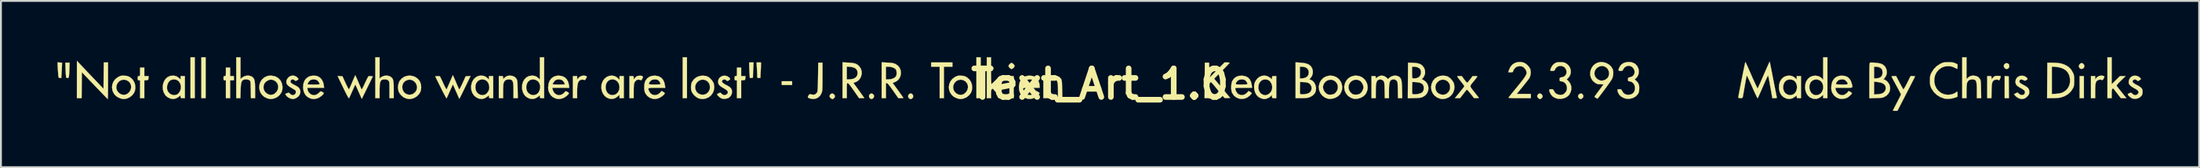
<source format=kicad_pcb>
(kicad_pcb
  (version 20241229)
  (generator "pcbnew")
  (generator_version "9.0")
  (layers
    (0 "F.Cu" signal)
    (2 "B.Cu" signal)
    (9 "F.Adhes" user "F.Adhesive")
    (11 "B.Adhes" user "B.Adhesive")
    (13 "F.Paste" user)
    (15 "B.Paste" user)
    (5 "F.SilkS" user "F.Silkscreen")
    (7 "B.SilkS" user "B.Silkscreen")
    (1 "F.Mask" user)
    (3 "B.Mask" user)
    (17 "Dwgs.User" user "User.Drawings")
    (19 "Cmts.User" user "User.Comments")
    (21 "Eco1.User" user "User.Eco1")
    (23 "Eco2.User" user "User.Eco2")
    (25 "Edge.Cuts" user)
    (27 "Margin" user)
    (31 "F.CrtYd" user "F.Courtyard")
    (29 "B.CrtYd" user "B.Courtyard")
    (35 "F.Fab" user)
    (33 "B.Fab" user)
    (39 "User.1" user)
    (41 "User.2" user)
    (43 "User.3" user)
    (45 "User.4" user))
  (footprint "Text_Art_1.0"
    (layer "F.Cu")
    (at 55.393 1.433)
    (property "Reference" "Text_Art_1.0" (at 0 0 0) (layer "F.SilkS") (effects (font (size 1.524 1.524) (thickness 0.3))))
    (attr through_hole)
    (fp_poly (pts (xy -48.095 0.751) (xy -48.32 0.751) (xy -48.32 -1.428) (xy -48.095 -1.428) (xy -48.095 0.751)) (stroke (width 0.01) (type solid)) (fill yes) (layer "F.SilkS"))
    (fp_poly (pts (xy -47.519 0.751) (xy -47.744 0.751) (xy -47.744 -1.428) (xy -47.519 -1.428) (xy -47.519 0.751)) (stroke (width 0.01) (type solid)) (fill yes) (layer "F.SilkS"))
    (fp_poly (pts (xy -21.943 0.751) (xy -22.169 0.751) (xy -22.169 -1.428) (xy -21.943 -1.428) (xy -21.943 0.751)) (stroke (width 0.01) (type solid)) (fill yes) (layer "F.SilkS"))
    (fp_poly (pts (xy -16.357 0.05) (xy -16.908 0.05) (xy -16.908 -0.15) (xy -16.357 -0.15) (xy -16.357 0.05)) (stroke (width 0.01) (type solid)) (fill yes) (layer "F.SilkS"))
    (fp_poly (pts (xy -6.337 0.751) (xy -6.563 0.751) (xy -6.563 -1.428) (xy -6.337 -1.428) (xy -6.337 0.751)) (stroke (width 0.01) (type solid)) (fill yes) (layer "F.SilkS"))
    (fp_poly (pts (xy -4.584 0.751) (xy -4.809 0.751) (xy -4.809 -0.426) (xy -4.584 -0.426) (xy -4.584 0.751)) (stroke (width 0.01) (type solid)) (fill yes) (layer "F.SilkS"))
    (fp_poly (pts (xy 48.283 -0.413) (xy 48.296 0.751) (xy 48.07 0.751) (xy 48.07 -0.429) (xy 48.283 -0.413)) (stroke (width 0.01) (type solid)) (fill yes) (layer "F.SilkS"))
    (fp_poly (pts (xy 52.278 0.751) (xy 52.052 0.751) (xy 52.052 -0.426) (xy 52.278 -0.426) (xy 52.278 0.751)) (stroke (width 0.01) (type solid)) (fill yes) (layer "F.SilkS"))
    (fp_poly (pts (xy -7.84 -0.927) (xy -8.291 -0.927) (xy -8.291 0.751) (xy -8.517 0.751) (xy -8.517 -0.927) (xy -8.968 -0.927) (xy -8.968 -1.152) (xy -7.84 -1.152) (xy -7.84 -0.927)) (stroke (width 0.01) (type solid)) (fill yes) (layer "F.SilkS"))
    (fp_poly (pts (xy -12.1 0.513) (xy -12.054 0.54) (xy -12.008 0.599) (xy -12.004 0.671) (xy -12.04 0.743) (xy -12.049 0.751) (xy -12.107 0.794) (xy -12.163 0.794) (xy -12.218 0.763) (xy -12.263 0.704) (xy -12.272 0.63) (xy -12.245 0.56) (xy -12.228 0.542) (xy -12.166 0.505) (xy -12.1 0.513)) (stroke (width 0.01) (type solid)) (fill yes) (layer "F.SilkS"))
    (fp_poly (pts (xy -9.987 0.522) (xy -9.942 0.575) (xy -9.923 0.643) (xy -9.934 0.712) (xy -9.975 0.763) (xy -10.026 0.792) (xy -10.057 0.802) (xy -10.096 0.788) (xy -10.139 0.763) (xy -10.184 0.706) (xy -10.193 0.636) (xy -10.169 0.569) (xy -10.119 0.519) (xy -10.053 0.501) (xy -9.987 0.522)) (stroke (width 0.01) (type solid)) (fill yes) (layer "F.SilkS"))
    (fp_poly (pts (xy 25.603 0.513) (xy 25.615 0.52) (xy 25.67 0.582) (xy 25.684 0.656) (xy 25.658 0.727) (xy 25.601 0.776) (xy 25.539 0.799) (xy 25.489 0.785) (xy 25.45 0.751) (xy 25.413 0.697) (xy 25.4 0.651) (xy 25.421 0.584) (xy 25.472 0.533) (xy 25.538 0.506) (xy 25.603 0.513)) (stroke (width 0.01) (type solid)) (fill yes) (layer "F.SilkS"))
    (fp_poly (pts (xy 48.227 -1.104) (xy 48.287 -1.06) (xy 48.314 -0.994) (xy 48.311 -0.921) (xy 48.279 -0.856) (xy 48.223 -0.812) (xy 48.17 -0.802) (xy 48.115 -0.819) (xy 48.07 -0.852) (xy 48.028 -0.921) (xy 48.025 -0.994) (xy 48.056 -1.058) (xy 48.111 -1.102) (xy 48.184 -1.114) (xy 48.227 -1.104)) (stroke (width 0.01) (type solid)) (fill yes) (layer "F.SilkS"))
    (fp_poly (pts (xy 52.219 -1.098) (xy 52.276 -1.048) (xy 52.302 -0.977) (xy 52.295 -0.903) (xy 52.252 -0.844) (xy 52.249 -0.842) (xy 52.169 -0.805) (xy 52.098 -0.817) (xy 52.051 -0.853) (xy 52.011 -0.923) (xy 52.016 -1) (xy 52.064 -1.07) (xy 52.081 -1.084) (xy 52.133 -1.115) (xy 52.177 -1.116) (xy 52.219 -1.098)) (stroke (width 0.01) (type solid)) (fill yes) (layer "F.SilkS"))
    (fp_poly (pts (xy -55.146 -1.14) (xy -55.151 -0.977) (xy -55.156 -0.876) (xy -55.162 -0.747) (xy -55.17 -0.614) (xy -55.173 -0.57) (xy -55.188 -0.326) (xy -55.259 -0.326) (xy -55.301 -0.329) (xy -55.324 -0.348) (xy -55.337 -0.395) (xy -55.344 -0.457) (xy -55.351 -0.538) (xy -55.359 -0.652) (xy -55.368 -0.781) (xy -55.373 -0.872) (xy -55.388 -1.155) (xy -55.146 -1.14)) (stroke (width 0.01) (type solid)) (fill yes) (layer "F.SilkS"))
    (fp_poly (pts (xy -18.42 -0.848) (xy -18.426 -0.717) (xy -18.432 -0.594) (xy -18.435 -0.494) (xy -18.436 -0.434) (xy -18.438 -0.367) (xy -18.452 -0.335) (xy -18.488 -0.326) (xy -18.52 -0.326) (xy -18.604 -0.326) (xy -18.62 -0.607) (xy -18.627 -0.737) (xy -18.632 -0.864) (xy -18.636 -0.969) (xy -18.637 -1.021) (xy -18.637 -1.152) (xy -18.404 -1.152) (xy -18.42 -0.848)) (stroke (width 0.01) (type solid)) (fill yes) (layer "F.SilkS"))
    (fp_poly (pts (xy -18.01 -1.043) (xy -18.012 -0.975) (xy -18.016 -0.871) (xy -18.021 -0.746) (xy -18.027 -0.63) (xy -18.043 -0.326) (xy -18.127 -0.326) (xy -18.179 -0.328) (xy -18.203 -0.346) (xy -18.21 -0.393) (xy -18.211 -0.434) (xy -18.212 -0.503) (xy -18.216 -0.607) (xy -18.221 -0.732) (xy -18.227 -0.848) (xy -18.244 -1.152) (xy -18.01 -1.152) (xy -18.01 -1.043)) (stroke (width 0.01) (type solid)) (fill yes) (layer "F.SilkS"))
    (fp_poly (pts (xy -14.165 0.522) (xy -14.111 0.572) (xy -14.08 0.633) (xy -14.078 0.651) (xy -14.097 0.709) (xy -14.142 0.764) (xy -14.197 0.798) (xy -14.217 0.802) (xy -14.259 0.785) (xy -14.312 0.744) (xy -14.318 0.739) (xy -14.362 0.679) (xy -14.366 0.624) (xy -14.365 0.62) (xy -14.323 0.547) (xy -14.257 0.506) (xy -14.223 0.501) (xy -14.165 0.522)) (stroke (width 0.01) (type solid)) (fill yes) (layer "F.SilkS"))
    (fp_poly (pts (xy 23.434 0.522) (xy 23.488 0.572) (xy 23.519 0.633) (xy 23.521 0.651) (xy 23.502 0.709) (xy 23.457 0.764) (xy 23.402 0.798) (xy 23.382 0.802) (xy 23.34 0.785) (xy 23.287 0.744) (xy 23.281 0.739) (xy 23.237 0.679) (xy 23.233 0.624) (xy 23.234 0.62) (xy 23.276 0.547) (xy 23.342 0.506) (xy 23.376 0.501) (xy 23.434 0.522)) (stroke (width 0.01) (type solid)) (fill yes) (layer "F.SilkS"))
    (fp_poly (pts (xy -4.648 -1.108) (xy -4.593 -1.062) (xy -4.549 -1.007) (xy -4.534 -0.964) (xy -4.553 -0.916) (xy -4.599 -0.861) (xy -4.654 -0.817) (xy -4.697 -0.802) (xy -4.741 -0.818) (xy -4.794 -0.859) (xy -4.798 -0.863) (xy -4.84 -0.916) (xy -4.859 -0.961) (xy -4.86 -0.964) (xy -4.84 -1.013) (xy -4.795 -1.068) (xy -4.739 -1.112) (xy -4.697 -1.127) (xy -4.648 -1.108)) (stroke (width 0.01) (type solid)) (fill yes) (layer "F.SilkS"))
    (fp_poly (pts (xy -54.752 -0.914) (xy -54.757 -0.783) (xy -54.764 -0.644) (xy -54.771 -0.523) (xy -54.773 -0.507) (xy -54.781 -0.414) (xy -54.791 -0.36) (xy -54.806 -0.334) (xy -54.834 -0.326) (xy -54.858 -0.326) (xy -54.895 -0.328) (xy -54.917 -0.341) (xy -54.93 -0.377) (xy -54.938 -0.445) (xy -54.943 -0.507) (xy -54.951 -0.623) (xy -54.958 -0.761) (xy -54.964 -0.895) (xy -54.964 -0.914) (xy -54.971 -1.14) (xy -54.745 -1.14) (xy -54.752 -0.914)) (stroke (width 0.01) (type solid)) (fill yes) (layer "F.SilkS"))
    (fp_poly (pts (xy -46.216 -0.426) (xy -46.016 -0.426) (xy -46.016 -0.2) (xy -46.216 -0.2) (xy -46.216 0.751) (xy -46.441 0.751) (xy -46.441 -0.2) (xy -46.504 -0.2) (xy -46.543 -0.205) (xy -46.561 -0.228) (xy -46.566 -0.283) (xy -46.567 -0.313) (xy -46.564 -0.383) (xy -46.551 -0.416) (xy -46.521 -0.425) (xy -46.504 -0.426) (xy -46.474 -0.428) (xy -46.456 -0.439) (xy -46.446 -0.471) (xy -46.442 -0.532) (xy -46.441 -0.631) (xy -46.441 -0.651) (xy -46.441 -0.877) (xy -46.216 -0.877) (xy -46.216 -0.426)) (stroke (width 0.01) (type solid)) (fill yes) (layer "F.SilkS"))
    (fp_poly (pts (xy -50.775 -0.426) (xy -50.547 -0.426) (xy -50.554 -0.319) (xy -50.562 -0.253) (xy -50.581 -0.221) (xy -50.626 -0.209) (xy -50.668 -0.205) (xy -50.775 -0.198) (xy -50.775 0.751) (xy -51 0.751) (xy -51 -0.2) (xy -51.063 -0.2) (xy -51.102 -0.205) (xy -51.12 -0.228) (xy -51.125 -0.283) (xy -51.126 -0.313) (xy -51.123 -0.383) (xy -51.11 -0.416) (xy -51.08 -0.425) (xy -51.063 -0.426) (xy -51.033 -0.428) (xy -51.015 -0.439) (xy -51.005 -0.471) (xy -51.001 -0.532) (xy -51 -0.631) (xy -51 -0.651) (xy -51 -0.877) (xy -50.775 -0.877) (xy -50.775 -0.426)) (stroke (width 0.01) (type solid)) (fill yes) (layer "F.SilkS"))
    (fp_poly (pts (xy -27.319 -0.433) (xy -27.302 -0.425) (xy -27.273 -0.407) (xy -27.267 -0.384) (xy -27.283 -0.341) (xy -27.304 -0.3) (xy -27.338 -0.24) (xy -27.366 -0.216) (xy -27.402 -0.221) (xy -27.421 -0.227) (xy -27.523 -0.241) (xy -27.621 -0.21) (xy -27.675 -0.168) (xy -27.715 -0.108) (xy -27.745 -0.021) (xy -27.765 0.097) (xy -27.776 0.253) (xy -27.779 0.432) (xy -27.78 0.751) (xy -28.005 0.751) (xy -28.005 -0.426) (xy -27.78 -0.426) (xy -27.779 -0.332) (xy -27.778 -0.238) (xy -27.726 -0.308) (xy -27.642 -0.386) (xy -27.535 -0.436) (xy -27.423 -0.453) (xy -27.319 -0.433)) (stroke (width 0.01) (type solid)) (fill yes) (layer "F.SilkS"))
    (fp_poly (pts (xy -19.063 -0.426) (xy -18.834 -0.426) (xy -18.842 -0.319) (xy -18.849 -0.253) (xy -18.868 -0.221) (xy -18.914 -0.209) (xy -18.956 -0.205) (xy -19.063 -0.198) (xy -19.063 0.751) (xy -19.288 0.751) (xy -19.288 -0.2) (xy -19.351 -0.2) (xy -19.389 -0.205) (xy -19.408 -0.228) (xy -19.413 -0.283) (xy -19.413 -0.313) (xy -19.411 -0.383) (xy -19.398 -0.416) (xy -19.367 -0.425) (xy -19.351 -0.426) (xy -19.321 -0.428) (xy -19.303 -0.439) (xy -19.293 -0.471) (xy -19.289 -0.532) (xy -19.288 -0.631) (xy -19.288 -0.651) (xy -19.288 -0.877) (xy -19.063 -0.877) (xy -19.063 -0.426)) (stroke (width 0.01) (type solid)) (fill yes) (layer "F.SilkS"))
    (fp_poly (pts (xy 53.311 -0.435) (xy 53.332 -0.425) (xy 53.361 -0.407) (xy 53.367 -0.384) (xy 53.35 -0.341) (xy 53.33 -0.301) (xy 53.296 -0.241) (xy 53.268 -0.217) (xy 53.23 -0.221) (xy 53.208 -0.228) (xy 53.136 -0.24) (xy 53.056 -0.22) (xy 53.044 -0.215) (xy 52.987 -0.185) (xy 52.945 -0.145) (xy 52.915 -0.086) (xy 52.896 -0.003) (xy 52.884 0.113) (xy 52.88 0.267) (xy 52.879 0.375) (xy 52.879 0.751) (xy 52.654 0.751) (xy 52.654 -0.426) (xy 52.879 -0.426) (xy 52.88 -0.332) (xy 52.88 -0.238) (xy 52.921 -0.304) (xy 52.996 -0.383) (xy 53.097 -0.434) (xy 53.207 -0.453) (xy 53.311 -0.435)) (stroke (width 0.01) (type solid)) (fill yes) (layer "F.SilkS"))
    (fp_poly (pts (xy -24.375 -0.443) (xy -24.314 -0.42) (xy -24.285 -0.394) (xy -24.281 -0.366) (xy -24.302 -0.317) (xy -24.311 -0.299) (xy -24.34 -0.242) (xy -24.358 -0.209) (xy -24.36 -0.206) (xy -24.385 -0.209) (xy -24.436 -0.225) (xy -24.536 -0.24) (xy -24.628 -0.208) (xy -24.701 -0.135) (xy -24.726 -0.091) (xy -24.745 -0.041) (xy -24.758 0.018) (xy -24.767 0.095) (xy -24.771 0.2) (xy -24.773 0.344) (xy -24.773 0.382) (xy -24.774 0.751) (xy -24.999 0.751) (xy -24.999 -0.426) (xy -24.886 -0.426) (xy -24.817 -0.424) (xy -24.784 -0.411) (xy -24.774 -0.377) (xy -24.774 -0.339) (xy -24.774 -0.251) (xy -24.691 -0.342) (xy -24.627 -0.402) (xy -24.561 -0.432) (xy -24.484 -0.444) (xy -24.375 -0.443)) (stroke (width 0.01) (type solid)) (fill yes) (layer "F.SilkS"))
    (fp_poly (pts (xy -54.199 -1.072) (xy -54.143 -1.012) (xy -54.057 -0.921) (xy -53.949 -0.806) (xy -53.823 -0.673) (xy -53.686 -0.529) (xy -53.543 -0.378) (xy -53.493 -0.325) (xy -52.942 0.254) (xy -52.935 -0.449) (xy -52.928 -1.152) (xy -52.704 -1.152) (xy -52.704 -0.175) (xy -52.704 0.04) (xy -52.705 0.24) (xy -52.706 0.417) (xy -52.708 0.567) (xy -52.71 0.684) (xy -52.712 0.764) (xy -52.714 0.8) (xy -52.715 0.802) (xy -52.734 0.784) (xy -52.784 0.734) (xy -52.861 0.656) (xy -52.961 0.552) (xy -53.08 0.428) (xy -53.216 0.287) (xy -53.363 0.133) (xy -53.41 0.084) (xy -54.094 -0.633) (xy -54.101 0.059) (xy -54.107 0.751) (xy -54.357 0.751) (xy -54.356 -0.244) (xy -54.355 -1.24) (xy -54.199 -1.072)) (stroke (width 0.01) (type solid)) (fill yes) (layer "F.SilkS"))
    (fp_poly (pts (xy 47.773 -0.435) (xy 47.835 -0.428) (xy 47.859 -0.42) (xy 47.859 -0.39) (xy 47.844 -0.335) (xy 47.82 -0.273) (xy 47.795 -0.222) (xy 47.776 -0.2) (xy 47.776 -0.2) (xy 47.749 -0.211) (xy 47.714 -0.228) (xy 47.656 -0.243) (xy 47.579 -0.231) (xy 47.565 -0.227) (xy 47.504 -0.204) (xy 47.458 -0.17) (xy 47.424 -0.119) (xy 47.401 -0.044) (xy 47.386 0.062) (xy 47.377 0.206) (xy 47.373 0.357) (xy 47.364 0.751) (xy 47.143 0.751) (xy 47.143 -0.426) (xy 47.256 -0.426) (xy 47.325 -0.424) (xy 47.358 -0.411) (xy 47.368 -0.377) (xy 47.368 -0.339) (xy 47.368 -0.251) (xy 47.454 -0.345) (xy 47.506 -0.397) (xy 47.551 -0.425) (xy 47.609 -0.436) (xy 47.69 -0.438) (xy 47.773 -0.435)) (stroke (width 0.01) (type solid)) (fill yes) (layer "F.SilkS"))
    (fp_poly (pts (xy 53.756 0.011) (xy 54.195 -0.426) (xy 54.345 -0.425) (xy 54.495 -0.424) (xy 54.248 -0.185) (xy 54.159 -0.096) (xy 54.087 -0.018) (xy 54.036 0.043) (xy 54.014 0.078) (xy 54.014 0.083) (xy 54.027 0.106) (xy 54.06 0.15) (xy 54.113 0.221) (xy 54.191 0.319) (xy 54.295 0.45) (xy 54.428 0.615) (xy 54.452 0.645) (xy 54.538 0.751) (xy 54.243 0.751) (xy 54.056 0.51) (xy 53.982 0.415) (xy 53.919 0.332) (xy 53.873 0.272) (xy 53.852 0.243) (xy 53.852 0.242) (xy 53.822 0.232) (xy 53.795 0.249) (xy 53.776 0.277) (xy 53.763 0.328) (xy 53.757 0.411) (xy 53.756 0.517) (xy 53.756 0.751) (xy 53.53 0.751) (xy 53.53 -1.428) (xy 53.756 -1.428) (xy 53.756 0.011)) (stroke (width 0.01) (type solid)) (fill yes) (layer "F.SilkS"))
    (fp_poly (pts (xy -45.665 -0.266) (xy -45.596 -0.332) (xy -45.486 -0.406) (xy -45.356 -0.446) (xy -45.222 -0.45) (xy -45.098 -0.416) (xy -45.069 -0.4) (xy -45.01 -0.358) (xy -44.966 -0.307) (xy -44.933 -0.24) (xy -44.911 -0.15) (xy -44.898 -0.03) (xy -44.891 0.127) (xy -44.889 0.307) (xy -44.888 0.751) (xy -45.111 0.751) (xy -45.118 0.298) (xy -45.122 0.137) (xy -45.125 0.019) (xy -45.13 -0.065) (xy -45.137 -0.121) (xy -45.147 -0.157) (xy -45.162 -0.181) (xy -45.182 -0.199) (xy -45.185 -0.203) (xy -45.27 -0.241) (xy -45.356 -0.25) (xy -45.447 -0.245) (xy -45.518 -0.224) (xy -45.57 -0.183) (xy -45.608 -0.116) (xy -45.633 -0.018) (xy -45.649 0.118) (xy -45.658 0.297) (xy -45.66 0.357) (xy -45.671 0.751) (xy -45.89 0.751) (xy -45.89 -1.428) (xy -45.665 -1.428) (xy -45.665 -0.266)) (stroke (width 0.01) (type solid)) (fill yes) (layer "F.SilkS"))
    (fp_poly (pts (xy -14.742 -0.401) (xy -14.742 -0.183) (xy -14.743 -0.01) (xy -14.746 0.127) (xy -14.749 0.232) (xy -14.755 0.312) (xy -14.763 0.374) (xy -14.773 0.423) (xy -14.786 0.466) (xy -14.787 0.469) (xy -14.859 0.606) (xy -14.963 0.709) (xy -15.09 0.774) (xy -15.234 0.797) (xy -15.387 0.774) (xy -15.413 0.765) (xy -15.486 0.737) (xy -15.519 0.714) (xy -15.519 0.682) (xy -15.495 0.63) (xy -15.459 0.569) (xy -15.425 0.542) (xy -15.373 0.543) (xy -15.312 0.558) (xy -15.201 0.57) (xy -15.112 0.539) (xy -15.039 0.462) (xy -15.037 0.459) (xy -15.024 0.435) (xy -15.014 0.403) (xy -15.005 0.357) (xy -14.999 0.292) (xy -14.993 0.201) (xy -14.989 0.08) (xy -14.985 -0.078) (xy -14.981 -0.278) (xy -14.979 -0.375) (xy -14.967 -1.14) (xy -14.742 -1.14) (xy -14.742 -0.401)) (stroke (width 0.01) (type solid)) (fill yes) (layer "F.SilkS"))
    (fp_poly (pts (xy -38.275 -0.292) (xy -38.219 -0.345) (xy -38.114 -0.412) (xy -37.988 -0.447) (xy -37.857 -0.449) (xy -37.736 -0.416) (xy -37.697 -0.394) (xy -37.64 -0.352) (xy -37.598 -0.306) (xy -37.567 -0.25) (xy -37.546 -0.175) (xy -37.533 -0.074) (xy -37.526 0.06) (xy -37.524 0.235) (xy -37.524 0.294) (xy -37.524 0.751) (xy -37.749 0.751) (xy -37.749 0.312) (xy -37.75 0.154) (xy -37.751 0.038) (xy -37.754 -0.044) (xy -37.76 -0.099) (xy -37.771 -0.136) (xy -37.786 -0.162) (xy -37.807 -0.185) (xy -37.811 -0.189) (xy -37.869 -0.232) (xy -37.942 -0.249) (xy -37.988 -0.25) (xy -38.078 -0.245) (xy -38.148 -0.226) (xy -38.199 -0.187) (xy -38.235 -0.122) (xy -38.258 -0.027) (xy -38.27 0.105) (xy -38.275 0.279) (xy -38.275 0.362) (xy -38.275 0.751) (xy -38.501 0.751) (xy -38.501 -1.428) (xy -38.275 -1.428) (xy -38.275 -0.292)) (stroke (width 0.01) (type solid)) (fill yes) (layer "F.SilkS"))
    (fp_poly (pts (xy 46.041 -0.266) (xy 46.11 -0.33) (xy 46.2 -0.402) (xy 46.288 -0.439) (xy 46.397 -0.451) (xy 46.408 -0.451) (xy 46.55 -0.431) (xy 46.667 -0.373) (xy 46.751 -0.281) (xy 46.754 -0.276) (xy 46.772 -0.24) (xy 46.786 -0.198) (xy 46.795 -0.142) (xy 46.803 -0.065) (xy 46.808 0.043) (xy 46.811 0.188) (xy 46.813 0.282) (xy 46.822 0.751) (xy 46.592 0.751) (xy 46.592 0.354) (xy 46.59 0.164) (xy 46.583 0.018) (xy 46.568 -0.09) (xy 46.544 -0.164) (xy 46.506 -0.212) (xy 46.454 -0.238) (xy 46.384 -0.249) (xy 46.332 -0.25) (xy 46.215 -0.23) (xy 46.129 -0.169) (xy 46.074 -0.07) (xy 46.065 -0.038) (xy 46.056 0.025) (xy 46.049 0.125) (xy 46.044 0.249) (xy 46.041 0.384) (xy 46.041 0.407) (xy 46.041 0.751) (xy 45.815 0.751) (xy 45.815 -1.428) (xy 46.041 -1.428) (xy 46.041 -0.266)) (stroke (width 0.01) (type solid)) (fill yes) (layer "F.SilkS"))
    (fp_poly (pts (xy -5.786 -0.714) (xy -5.786 -0.531) (xy -5.784 -0.365) (xy -5.781 -0.223) (xy -5.777 -0.11) (xy -5.773 -0.034) (xy -5.768 -0.001) (xy -5.767 0) (xy -5.743 -0.017) (xy -5.691 -0.062) (xy -5.62 -0.13) (xy -5.536 -0.213) (xy -5.536 -0.213) (xy -5.324 -0.426) (xy -5.048 -0.426) (xy -5.294 -0.18) (xy -5.539 0.066) (xy -5.274 0.396) (xy -5.187 0.505) (xy -5.112 0.601) (xy -5.054 0.676) (xy -5.019 0.724) (xy -5.01 0.738) (xy -5.033 0.745) (xy -5.091 0.75) (xy -5.146 0.751) (xy -5.283 0.751) (xy -5.488 0.488) (xy -5.572 0.382) (xy -5.631 0.311) (xy -5.671 0.269) (xy -5.699 0.251) (xy -5.72 0.252) (xy -5.74 0.266) (xy -5.74 0.267) (xy -5.763 0.296) (xy -5.777 0.34) (xy -5.784 0.411) (xy -5.786 0.52) (xy -5.786 0.53) (xy -5.786 0.751) (xy -6.012 0.751) (xy -6.012 -1.428) (xy -5.786 -1.428) (xy -5.786 -0.714)) (stroke (width 0.01) (type solid)) (fill yes) (layer "F.SilkS"))
    (fp_poly (pts (xy -31.203 -0.431) (xy -31.087 -0.373) (xy -31.002 -0.281) (xy -30.999 -0.276) (xy -30.981 -0.24) (xy -30.967 -0.198) (xy -30.958 -0.142) (xy -30.951 -0.065) (xy -30.946 0.043) (xy -30.942 0.188) (xy -30.94 0.282) (xy -30.931 0.751) (xy -31.161 0.751) (xy -31.161 0.352) (xy -31.163 0.162) (xy -31.171 0.017) (xy -31.186 -0.091) (xy -31.212 -0.165) (xy -31.251 -0.212) (xy -31.305 -0.238) (xy -31.377 -0.249) (xy -31.415 -0.25) (xy -31.534 -0.231) (xy -31.623 -0.173) (xy -31.679 -0.077) (xy -31.686 -0.055) (xy -31.696 0.004) (xy -31.704 0.101) (xy -31.709 0.223) (xy -31.712 0.359) (xy -31.712 0.395) (xy -31.712 0.751) (xy -31.938 0.751) (xy -31.938 -0.426) (xy -31.825 -0.426) (xy -31.756 -0.424) (xy -31.723 -0.411) (xy -31.713 -0.378) (xy -31.712 -0.346) (xy -31.712 -0.266) (xy -31.644 -0.33) (xy -31.553 -0.402) (xy -31.465 -0.439) (xy -31.356 -0.451) (xy -31.345 -0.451) (xy -31.203 -0.431)) (stroke (width 0.01) (type solid)) (fill yes) (layer "F.SilkS"))
    (fp_poly (pts (xy -2.271 -0.431) (xy -2.155 -0.373) (xy -2.071 -0.281) (xy -2.067 -0.276) (xy -2.049 -0.24) (xy -2.036 -0.198) (xy -2.026 -0.142) (xy -2.019 -0.065) (xy -2.014 0.042) (xy -2.01 0.186) (xy -2.008 0.282) (xy -2 0.751) (xy -2.229 0.751) (xy -2.229 0.354) (xy -2.231 0.164) (xy -2.238 0.018) (xy -2.253 -0.09) (xy -2.278 -0.164) (xy -2.315 -0.212) (xy -2.367 -0.238) (xy -2.437 -0.249) (xy -2.489 -0.25) (xy -2.606 -0.23) (xy -2.692 -0.169) (xy -2.747 -0.07) (xy -2.756 -0.038) (xy -2.765 0.025) (xy -2.772 0.125) (xy -2.777 0.249) (xy -2.78 0.384) (xy -2.78 0.407) (xy -2.78 0.751) (xy -3.006 0.751) (xy -3.006 -0.426) (xy -2.893 -0.426) (xy -2.824 -0.424) (xy -2.791 -0.411) (xy -2.781 -0.378) (xy -2.78 -0.346) (xy -2.78 -0.266) (xy -2.712 -0.33) (xy -2.621 -0.402) (xy -2.533 -0.439) (xy -2.425 -0.451) (xy -2.413 -0.451) (xy -2.271 -0.431)) (stroke (width 0.01) (type solid)) (fill yes) (layer "F.SilkS"))
    (fp_poly (pts (xy 6.829 -1.149) (xy 6.878 -1.141) (xy 6.889 -1.134) (xy 6.872 -1.111) (xy 6.824 -1.059) (xy 6.751 -0.982) (xy 6.657 -0.884) (xy 6.548 -0.773) (xy 6.477 -0.702) (xy 6.066 -0.288) (xy 6.493 0.225) (xy 6.919 0.739) (xy 6.788 0.747) (xy 6.707 0.749) (xy 6.645 0.746) (xy 6.625 0.742) (xy 6.601 0.72) (xy 6.551 0.664) (xy 6.479 0.581) (xy 6.392 0.476) (xy 6.292 0.355) (xy 6.249 0.302) (xy 6.137 0.162) (xy 6.051 0.058) (xy 5.987 -0.017) (xy 5.942 -0.065) (xy 5.91 -0.091) (xy 5.888 -0.099) (xy 5.871 -0.094) (xy 5.858 -0.084) (xy 5.84 -0.064) (xy 5.828 -0.034) (xy 5.819 0.014) (xy 5.814 0.087) (xy 5.812 0.193) (xy 5.811 0.341) (xy 5.811 0.355) (xy 5.811 0.751) (xy 5.56 0.751) (xy 5.573 -1.14) (xy 5.799 -1.14) (xy 5.813 -0.331) (xy 6.217 -0.741) (xy 6.621 -1.152) (xy 6.755 -1.152) (xy 6.829 -1.149)) (stroke (width 0.01) (type solid)) (fill yes) (layer "F.SilkS"))
    (fp_poly (pts (xy -25.797 -0.429) (xy -25.672 -0.365) (xy -25.582 -0.28) (xy -25.525 -0.213) (xy -25.525 -0.319) (xy -25.525 -0.426) (xy -25.3 -0.426) (xy -25.3 0.751) (xy -25.525 0.751) (xy -25.525 0.57) (xy -25.624 0.659) (xy -25.75 0.749) (xy -25.883 0.79) (xy -26.029 0.786) (xy -26.07 0.777) (xy -26.208 0.72) (xy -26.323 0.625) (xy -26.412 0.499) (xy -26.47 0.351) (xy -26.494 0.189) (xy -26.489 0.124) (xy -26.266 0.124) (xy -26.259 0.259) (xy -26.218 0.387) (xy -26.161 0.475) (xy -26.069 0.549) (xy -25.955 0.586) (xy -25.834 0.584) (xy -25.722 0.543) (xy -25.702 0.529) (xy -25.603 0.429) (xy -25.544 0.304) (xy -25.526 0.164) (xy -25.551 0.018) (xy -25.571 -0.033) (xy -25.643 -0.142) (xy -25.743 -0.216) (xy -25.859 -0.251) (xy -25.982 -0.245) (xy -26.089 -0.2) (xy -26.18 -0.117) (xy -26.239 -0.005) (xy -26.266 0.124) (xy -26.489 0.124) (xy -26.481 0.022) (xy -26.467 -0.033) (xy -26.403 -0.182) (xy -26.309 -0.3) (xy -26.194 -0.386) (xy -26.065 -0.437) (xy -25.93 -0.452) (xy -25.797 -0.429)) (stroke (width 0.01) (type solid)) (fill yes) (layer "F.SilkS"))
    (fp_poly (pts (xy 12.417 -0.429) (xy 12.564 -0.367) (xy 12.687 -0.272) (xy 12.781 -0.151) (xy 12.844 -0.011) (xy 12.872 0.14) (xy 12.861 0.297) (xy 12.809 0.451) (xy 12.741 0.561) (xy 12.642 0.654) (xy 12.512 0.727) (xy 12.365 0.775) (xy 12.217 0.792) (xy 12.107 0.779) (xy 11.946 0.714) (xy 11.812 0.613) (xy 11.711 0.483) (xy 11.648 0.332) (xy 11.628 0.172) (xy 11.848 0.172) (xy 11.871 0.292) (xy 11.932 0.407) (xy 12.02 0.501) (xy 12.099 0.55) (xy 12.187 0.568) (xy 12.294 0.565) (xy 12.398 0.543) (xy 12.47 0.508) (xy 12.526 0.454) (xy 12.581 0.381) (xy 12.593 0.361) (xy 12.639 0.236) (xy 12.641 0.109) (xy 12.605 -0.009) (xy 12.535 -0.111) (xy 12.436 -0.188) (xy 12.314 -0.23) (xy 12.249 -0.235) (xy 12.12 -0.212) (xy 12.007 -0.148) (xy 11.918 -0.052) (xy 11.863 0.068) (xy 11.848 0.172) (xy 11.628 0.172) (xy 11.627 0.165) (xy 11.63 0.112) (xy 11.671 -0.059) (xy 11.752 -0.206) (xy 11.867 -0.324) (xy 12.01 -0.405) (xy 12.176 -0.447) (xy 12.249 -0.451) (xy 12.417 -0.429)) (stroke (width 0.01) (type solid)) (fill yes) (layer "F.SilkS"))
    (fp_poly (pts (xy 38.651 0.751) (xy 38.426 0.751) (xy 38.426 0.57) (xy 38.327 0.659) (xy 38.2 0.749) (xy 38.068 0.79) (xy 37.921 0.786) (xy 37.881 0.777) (xy 37.739 0.719) (xy 37.622 0.622) (xy 37.536 0.49) (xy 37.483 0.331) (xy 37.471 0.209) (xy 37.692 0.209) (xy 37.723 0.345) (xy 37.79 0.462) (xy 37.813 0.488) (xy 37.916 0.566) (xy 38.025 0.596) (xy 38.146 0.58) (xy 38.218 0.552) (xy 38.312 0.484) (xy 38.38 0.382) (xy 38.42 0.259) (xy 38.428 0.127) (xy 38.401 -0.004) (xy 38.382 -0.05) (xy 38.306 -0.152) (xy 38.206 -0.218) (xy 38.093 -0.247) (xy 37.977 -0.24) (xy 37.869 -0.197) (xy 37.778 -0.116) (xy 37.743 -0.063) (xy 37.698 0.068) (xy 37.692 0.209) (xy 37.471 0.209) (xy 37.467 0.163) (xy 37.481 -0.000212) (xy 37.523 -0.135) (xy 37.6 -0.256) (xy 37.616 -0.276) (xy 37.723 -0.369) (xy 37.851 -0.426) (xy 37.99 -0.448) (xy 38.129 -0.434) (xy 38.256 -0.385) (xy 38.36 -0.301) (xy 38.373 -0.285) (xy 38.426 -0.219) (xy 38.426 -1.428) (xy 38.651 -1.428) (xy 38.651 0.751)) (stroke (width 0.01) (type solid)) (fill yes) (layer "F.SilkS"))
    (fp_poly (pts (xy -36.521 -0.431) (xy -36.376 -0.376) (xy -36.249 -0.285) (xy -36.147 -0.16) (xy -36.12 -0.11) (xy -36.075 0.033) (xy -36.063 0.193) (xy -36.086 0.349) (xy -36.113 0.426) (xy -36.197 0.558) (xy -36.316 0.669) (xy -36.456 0.748) (xy -36.5 0.763) (xy -36.615 0.791) (xy -36.711 0.797) (xy -36.813 0.78) (xy -36.882 0.761) (xy -37.005 0.702) (xy -37.12 0.608) (xy -37.212 0.495) (xy -37.27 0.375) (xy -37.271 0.37) (xy -37.297 0.202) (xy -37.295 0.17) (xy -37.073 0.17) (xy -37.051 0.305) (xy -36.992 0.417) (xy -36.903 0.502) (xy -36.793 0.555) (xy -36.671 0.571) (xy -36.544 0.545) (xy -36.493 0.521) (xy -36.383 0.434) (xy -36.312 0.322) (xy -36.283 0.194) (xy -36.296 0.075) (xy -36.351 -0.048) (xy -36.438 -0.146) (xy -36.546 -0.211) (xy -36.666 -0.238) (xy -36.765 -0.227) (xy -36.902 -0.169) (xy -36.999 -0.08) (xy -37.056 0.039) (xy -37.073 0.17) (xy -37.295 0.17) (xy -37.284 0.034) (xy -37.234 -0.12) (xy -37.209 -0.166) (xy -37.104 -0.293) (xy -36.974 -0.382) (xy -36.828 -0.435) (xy -36.674 -0.451) (xy -36.521 -0.431)) (stroke (width 0.01) (type solid)) (fill yes) (layer "F.SilkS"))
    (fp_poly (pts (xy 13.77 -0.429) (xy 13.917 -0.367) (xy 14.039 -0.272) (xy 14.134 -0.151) (xy 14.196 -0.011) (xy 14.224 0.14) (xy 14.214 0.297) (xy 14.162 0.451) (xy 14.094 0.561) (xy 13.995 0.654) (xy 13.864 0.727) (xy 13.717 0.775) (xy 13.57 0.792) (xy 13.46 0.779) (xy 13.299 0.714) (xy 13.165 0.613) (xy 13.064 0.483) (xy 13 0.332) (xy 12.985 0.206) (xy 13.207 0.206) (xy 13.207 0.214) (xy 13.242 0.333) (xy 13.31 0.441) (xy 13.4 0.522) (xy 13.436 0.542) (xy 13.533 0.566) (xy 13.647 0.565) (xy 13.755 0.542) (xy 13.823 0.508) (xy 13.899 0.431) (xy 13.96 0.33) (xy 13.997 0.225) (xy 14.002 0.177) (xy 13.982 0.062) (xy 13.928 -0.053) (xy 13.851 -0.147) (xy 13.808 -0.179) (xy 13.687 -0.229) (xy 13.563 -0.234) (xy 13.446 -0.201) (xy 13.344 -0.136) (xy 13.264 -0.042) (xy 13.216 0.074) (xy 13.207 0.206) (xy 12.985 0.206) (xy 12.98 0.165) (xy 12.983 0.112) (xy 13.024 -0.059) (xy 13.104 -0.206) (xy 13.219 -0.324) (xy 13.362 -0.405) (xy 13.528 -0.447) (xy 13.602 -0.451) (xy 13.77 -0.429)) (stroke (width 0.01) (type solid)) (fill yes) (layer "F.SilkS"))
    (fp_poly (pts (xy 18.424 -0.423) (xy 18.521 -0.377) (xy 18.622 -0.297) (xy 18.713 -0.196) (xy 18.783 -0.088) (xy 18.811 -0.017) (xy 18.835 0.153) (xy 18.816 0.318) (xy 18.758 0.47) (xy 18.665 0.6) (xy 18.541 0.702) (xy 18.391 0.767) (xy 18.359 0.775) (xy 18.262 0.793) (xy 18.19 0.797) (xy 18.12 0.789) (xy 18.073 0.778) (xy 17.911 0.715) (xy 17.778 0.615) (xy 17.678 0.487) (xy 17.615 0.336) (xy 17.594 0.171) (xy 17.597 0.15) (xy 17.817 0.15) (xy 17.832 0.284) (xy 17.894 0.411) (xy 17.909 0.431) (xy 17.999 0.509) (xy 18.113 0.556) (xy 18.237 0.571) (xy 18.355 0.549) (xy 18.43 0.509) (xy 18.532 0.409) (xy 18.59 0.292) (xy 18.605 0.207) (xy 18.598 0.068) (xy 18.552 -0.049) (xy 18.476 -0.141) (xy 18.378 -0.205) (xy 18.266 -0.236) (xy 18.148 -0.231) (xy 18.032 -0.187) (xy 17.927 -0.101) (xy 17.849 0.019) (xy 17.817 0.15) (xy 17.597 0.15) (xy 17.618 -0.001) (xy 17.62 -0.009) (xy 17.69 -0.165) (xy 17.794 -0.291) (xy 17.928 -0.383) (xy 18.085 -0.437) (xy 18.257 -0.45) (xy 18.424 -0.423)) (stroke (width 0.01) (type solid)) (fill yes) (layer "F.SilkS"))
    (fp_poly (pts (xy 50.628 -1.137) (xy 50.827 -1.13) (xy 50.989 -1.112) (xy 51.127 -1.081) (xy 51.255 -1.033) (xy 51.333 -0.995) (xy 51.482 -0.897) (xy 51.599 -0.774) (xy 51.694 -0.613) (xy 51.699 -0.602) (xy 51.729 -0.534) (xy 51.748 -0.47) (xy 51.759 -0.398) (xy 51.763 -0.302) (xy 51.764 -0.188) (xy 51.763 -0.062) (xy 51.758 0.029) (xy 51.747 0.097) (xy 51.727 0.158) (xy 51.696 0.226) (xy 51.695 0.229) (xy 51.587 0.394) (xy 51.441 0.533) (xy 51.263 0.641) (xy 51.061 0.713) (xy 51.001 0.726) (xy 50.919 0.737) (xy 50.804 0.745) (xy 50.675 0.751) (xy 50.596 0.751) (xy 50.323 0.751) (xy 50.325 0.533) (xy 50.575 0.533) (xy 50.794 0.52) (xy 50.977 0.5) (xy 51.122 0.461) (xy 51.144 0.452) (xy 51.297 0.36) (xy 51.417 0.234) (xy 51.5 0.08) (xy 51.542 -0.096) (xy 51.543 -0.266) (xy 51.505 -0.454) (xy 51.429 -0.611) (xy 51.315 -0.736) (xy 51.162 -0.829) (xy 50.971 -0.891) (xy 50.771 -0.919) (xy 50.575 -0.934) (xy 50.575 0.533) (xy 50.325 0.533) (xy 50.33 -0.194) (xy 50.337 -1.14) (xy 50.628 -1.137)) (stroke (width 0.01) (type solid)) (fill yes) (layer "F.SilkS"))
    (fp_poly (pts (xy -51.837 -0.446) (xy -51.726 -0.437) (xy -51.641 -0.415) (xy -51.561 -0.377) (xy -51.537 -0.362) (xy -51.409 -0.255) (xy -51.317 -0.118) (xy -51.263 0.041) (xy -51.252 0.213) (xy -51.278 0.37) (xy -51.336 0.495) (xy -51.431 0.611) (xy -51.552 0.704) (xy -51.678 0.762) (xy -51.794 0.791) (xy -51.887 0.798) (xy -51.983 0.782) (xy -52.073 0.754) (xy -52.226 0.678) (xy -52.345 0.572) (xy -52.429 0.444) (xy -52.478 0.302) (xy -52.487 0.201) (xy -52.265 0.201) (xy -52.236 0.318) (xy -52.175 0.421) (xy -52.089 0.502) (xy -51.985 0.556) (xy -51.872 0.577) (xy -51.756 0.56) (xy -51.675 0.519) (xy -51.57 0.424) (xy -51.503 0.309) (xy -51.474 0.184) (xy -51.484 0.059) (xy -51.533 -0.057) (xy -51.617 -0.148) (xy -51.737 -0.214) (xy -51.863 -0.236) (xy -51.987 -0.217) (xy -52.098 -0.158) (xy -52.188 -0.065) (xy -52.249 0.061) (xy -52.253 0.075) (xy -52.265 0.201) (xy -52.487 0.201) (xy -52.492 0.152) (xy -52.469 0.003) (xy -52.41 -0.139) (xy -52.313 -0.265) (xy -52.179 -0.368) (xy -52.152 -0.383) (xy -52.07 -0.422) (xy -52.001 -0.443) (xy -51.922 -0.449) (xy -51.837 -0.446)) (stroke (width 0.01) (type solid)) (fill yes) (layer "F.SilkS"))
    (fp_poly (pts (xy -43.999 -0.446) (xy -43.828 -0.413) (xy -43.68 -0.335) (xy -43.56 -0.217) (xy -43.524 -0.165) (xy -43.464 -0.027) (xy -43.435 0.129) (xy -43.44 0.286) (xy -43.48 0.426) (xy -43.484 0.436) (xy -43.577 0.574) (xy -43.702 0.685) (xy -43.849 0.758) (xy -43.864 0.763) (xy -43.98 0.791) (xy -44.074 0.798) (xy -44.171 0.781) (xy -44.258 0.754) (xy -44.407 0.679) (xy -44.523 0.575) (xy -44.605 0.449) (xy -44.654 0.308) (xy -44.664 0.212) (xy -44.444 0.212) (xy -44.412 0.329) (xy -44.348 0.43) (xy -44.259 0.509) (xy -44.154 0.56) (xy -44.041 0.577) (xy -43.926 0.554) (xy -43.859 0.519) (xy -43.755 0.424) (xy -43.689 0.31) (xy -43.66 0.186) (xy -43.668 0.063) (xy -43.715 -0.051) (xy -43.8 -0.146) (xy -43.839 -0.173) (xy -43.961 -0.229) (xy -44.075 -0.238) (xy -44.194 -0.202) (xy -44.207 -0.196) (xy -44.324 -0.118) (xy -44.4 -0.02) (xy -44.436 0.083) (xy -44.444 0.212) (xy -44.664 0.212) (xy -44.669 0.16) (xy -44.651 0.012) (xy -44.599 -0.128) (xy -44.513 -0.253) (xy -44.395 -0.356) (xy -44.245 -0.427) (xy -44.171 -0.442) (xy -44.073 -0.448) (xy -43.999 -0.446)) (stroke (width 0.01) (type solid)) (fill yes) (layer "F.SilkS"))
    (fp_poly (pts (xy -29.533 0.751) (xy -29.646 0.751) (xy -29.715 0.749) (xy -29.748 0.737) (xy -29.758 0.705) (xy -29.759 0.675) (xy -29.759 0.599) (xy -29.854 0.676) (xy -29.985 0.758) (xy -30.115 0.794) (xy -30.256 0.784) (xy -30.316 0.768) (xy -30.461 0.699) (xy -30.574 0.592) (xy -30.655 0.45) (xy -30.699 0.278) (xy -30.705 0.222) (xy -30.701 0.121) (xy -30.482 0.121) (xy -30.478 0.253) (xy -30.44 0.379) (xy -30.377 0.473) (xy -30.276 0.549) (xy -30.159 0.587) (xy -30.037 0.584) (xy -29.925 0.54) (xy -29.909 0.529) (xy -29.823 0.438) (xy -29.767 0.318) (xy -29.743 0.183) (xy -29.753 0.048) (xy -29.8 -0.073) (xy -29.803 -0.079) (xy -29.887 -0.171) (xy -29.997 -0.229) (xy -30.119 -0.25) (xy -30.241 -0.23) (xy -30.302 -0.201) (xy -30.393 -0.119) (xy -30.453 -0.007) (xy -30.482 0.121) (xy -30.701 0.121) (xy -30.698 0.041) (xy -30.654 -0.119) (xy -30.577 -0.254) (xy -30.471 -0.357) (xy -30.34 -0.425) (xy -30.189 -0.451) (xy -30.178 -0.451) (xy -30.042 -0.437) (xy -29.932 -0.392) (xy -29.84 -0.319) (xy -29.759 -0.241) (xy -29.759 -1.428) (xy -29.533 -1.428) (xy -29.533 0.751)) (stroke (width 0.01) (type solid)) (fill yes) (layer "F.SilkS"))
    (fp_poly (pts (xy -11.291 -1.143) (xy -11.151 -1.134) (xy -11.048 -1.123) (xy -10.969 -1.108) (xy -10.902 -1.085) (xy -10.853 -1.063) (xy -10.731 -0.978) (xy -10.644 -0.867) (xy -10.592 -0.738) (xy -10.574 -0.601) (xy -10.591 -0.462) (xy -10.64 -0.333) (xy -10.723 -0.22) (xy -10.838 -0.134) (xy -10.9 -0.105) (xy -11.016 -0.062) (xy -10.731 0.332) (xy -10.643 0.454) (xy -10.566 0.562) (xy -10.504 0.65) (xy -10.463 0.711) (xy -10.446 0.738) (xy -10.446 0.739) (xy -10.468 0.746) (xy -10.526 0.75) (xy -10.579 0.751) (xy -10.712 0.751) (xy -10.986 0.357) (xy -11.094 0.204) (xy -11.179 0.091) (xy -11.243 0.013) (xy -11.288 -0.031) (xy -11.316 -0.046) (xy -11.372 -0.054) (xy -11.372 0.751) (xy -11.598 0.751) (xy -11.598 -0.25) (xy -11.372 -0.25) (xy -11.227 -0.25) (xy -11.079 -0.267) (xy -10.971 -0.307) (xy -10.877 -0.367) (xy -10.823 -0.44) (xy -10.802 -0.538) (xy -10.804 -0.624) (xy -10.816 -0.714) (xy -10.84 -0.774) (xy -10.88 -0.817) (xy -10.991 -0.882) (xy -11.136 -0.919) (xy -11.253 -0.927) (xy -11.372 -0.927) (xy -11.372 -0.25) (xy -11.598 -0.25) (xy -11.598 -1.16) (xy -11.291 -1.143)) (stroke (width 0.01) (type solid)) (fill yes) (layer "F.SilkS"))
    (fp_poly (pts (xy -7.375 -0.446) (xy -7.263 -0.437) (xy -7.179 -0.415) (xy -7.099 -0.377) (xy -7.075 -0.362) (xy -6.946 -0.255) (xy -6.854 -0.118) (xy -6.801 0.041) (xy -6.789 0.213) (xy -6.815 0.37) (xy -6.873 0.495) (xy -6.969 0.611) (xy -7.089 0.704) (xy -7.216 0.762) (xy -7.331 0.791) (xy -7.425 0.798) (xy -7.521 0.782) (xy -7.61 0.754) (xy -7.763 0.678) (xy -7.882 0.572) (xy -7.966 0.444) (xy -8.016 0.302) (xy -8.025 0.201) (xy -7.802 0.201) (xy -7.774 0.318) (xy -7.713 0.421) (xy -7.627 0.502) (xy -7.523 0.556) (xy -7.409 0.577) (xy -7.294 0.56) (xy -7.212 0.519) (xy -7.108 0.424) (xy -7.041 0.309) (xy -7.012 0.184) (xy -7.021 0.059) (xy -7.071 -0.057) (xy -7.154 -0.148) (xy -7.275 -0.214) (xy -7.401 -0.236) (xy -7.524 -0.217) (xy -7.635 -0.158) (xy -7.726 -0.065) (xy -7.786 0.061) (xy -7.79 0.075) (xy -7.802 0.201) (xy -8.025 0.201) (xy -8.029 0.152) (xy -8.007 0.003) (xy -7.947 -0.139) (xy -7.851 -0.265) (xy -7.717 -0.368) (xy -7.69 -0.383) (xy -7.608 -0.422) (xy -7.539 -0.443) (xy -7.46 -0.449) (xy -7.375 -0.446)) (stroke (width 0.01) (type solid)) (fill yes) (layer "F.SilkS"))
    (fp_poly (pts (xy 36.739 -0.437) (xy 36.849 -0.392) (xy 36.941 -0.319) (xy 37.023 -0.241) (xy 37.023 -0.426) (xy 37.248 -0.426) (xy 37.248 0.751) (xy 37.136 0.751) (xy 37.066 0.749) (xy 37.033 0.737) (xy 37.024 0.705) (xy 37.023 0.675) (xy 37.023 0.599) (xy 36.927 0.676) (xy 36.797 0.758) (xy 36.666 0.794) (xy 36.525 0.784) (xy 36.465 0.768) (xy 36.321 0.699) (xy 36.207 0.592) (xy 36.127 0.45) (xy 36.082 0.278) (xy 36.077 0.222) (xy 36.08 0.121) (xy 36.3 0.121) (xy 36.303 0.253) (xy 36.342 0.379) (xy 36.405 0.473) (xy 36.505 0.549) (xy 36.623 0.587) (xy 36.744 0.584) (xy 36.857 0.54) (xy 36.873 0.529) (xy 36.958 0.439) (xy 37.012 0.324) (xy 37.035 0.197) (xy 37.027 0.068) (xy 36.988 -0.051) (xy 36.919 -0.15) (xy 36.847 -0.204) (xy 36.729 -0.243) (xy 36.603 -0.244) (xy 36.49 -0.207) (xy 36.479 -0.201) (xy 36.389 -0.119) (xy 36.328 -0.007) (xy 36.3 0.121) (xy 36.08 0.121) (xy 36.083 0.041) (xy 36.127 -0.119) (xy 36.204 -0.254) (xy 36.311 -0.357) (xy 36.441 -0.425) (xy 36.593 -0.451) (xy 36.603 -0.451) (xy 36.739 -0.437)) (stroke (width 0.01) (type solid)) (fill yes) (layer "F.SilkS"))
    (fp_poly (pts (xy -32.743 -0.437) (xy -32.632 -0.389) (xy -32.545 -0.319) (xy -32.464 -0.241) (xy -32.464 -0.426) (xy -32.238 -0.426) (xy -32.238 0.751) (xy -32.351 0.751) (xy -32.42 0.749) (xy -32.453 0.737) (xy -32.463 0.705) (xy -32.464 0.675) (xy -32.464 0.599) (xy -32.559 0.676) (xy -32.698 0.761) (xy -32.838 0.796) (xy -32.98 0.781) (xy -32.99 0.778) (xy -33.144 0.707) (xy -33.266 0.6) (xy -33.353 0.462) (xy -33.403 0.299) (xy -33.408 0.187) (xy -33.188 0.187) (xy -33.166 0.324) (xy -33.11 0.437) (xy -33.024 0.523) (xy -32.916 0.575) (xy -32.799 0.592) (xy -32.682 0.567) (xy -32.614 0.53) (xy -32.565 0.481) (xy -32.513 0.408) (xy -32.493 0.374) (xy -32.456 0.287) (xy -32.444 0.203) (xy -32.448 0.131) (xy -32.481 -0.017) (xy -32.548 -0.132) (xy -32.644 -0.21) (xy -32.767 -0.247) (xy -32.818 -0.25) (xy -32.945 -0.228) (xy -33.05 -0.166) (xy -33.128 -0.071) (xy -33.176 0.049) (xy -33.188 0.187) (xy -33.408 0.187) (xy -33.411 0.116) (xy -33.408 0.086) (xy -33.373 -0.08) (xy -33.301 -0.219) (xy -33.233 -0.301) (xy -33.113 -0.395) (xy -32.977 -0.443) (xy -32.88 -0.451) (xy -32.743 -0.437)) (stroke (width 0.01) (type solid)) (fill yes) (layer "F.SilkS"))
    (fp_poly (pts (xy 42.482 -0.081) (xy 42.546 0.039) (xy 42.603 0.144) (xy 42.649 0.225) (xy 42.678 0.275) (xy 42.685 0.285) (xy 42.703 0.272) (xy 42.738 0.22) (xy 42.786 0.136) (xy 42.844 0.028) (xy 42.889 -0.059) (xy 43.071 -0.426) (xy 43.193 -0.426) (xy 43.261 -0.422) (xy 43.301 -0.411) (xy 43.306 -0.402) (xy 43.293 -0.376) (xy 43.26 -0.309) (xy 43.209 -0.208) (xy 43.142 -0.077) (xy 43.062 0.08) (xy 42.971 0.257) (xy 42.873 0.449) (xy 42.834 0.524) (xy 42.371 1.427) (xy 42.252 1.428) (xy 42.183 1.425) (xy 42.14 1.417) (xy 42.133 1.412) (xy 42.144 1.386) (xy 42.175 1.322) (xy 42.222 1.229) (xy 42.281 1.114) (xy 42.346 0.989) (xy 42.414 0.858) (xy 42.473 0.741) (xy 42.519 0.646) (xy 42.549 0.581) (xy 42.559 0.553) (xy 42.547 0.523) (xy 42.515 0.456) (xy 42.466 0.36) (xy 42.403 0.242) (xy 42.331 0.109) (xy 42.322 0.092) (xy 42.248 -0.044) (xy 42.182 -0.167) (xy 42.127 -0.269) (xy 42.088 -0.343) (xy 42.069 -0.382) (xy 42.069 -0.383) (xy 42.066 -0.409) (xy 42.089 -0.422) (xy 42.149 -0.426) (xy 42.177 -0.426) (xy 42.301 -0.426) (xy 42.482 -0.081)) (stroke (width 0.01) (type solid)) (fill yes) (layer "F.SilkS"))
    (fp_poly (pts (xy -49.061 -0.412) (xy -48.951 -0.339) (xy -48.945 -0.334) (xy -48.846 -0.245) (xy -48.846 -0.426) (xy -48.621 -0.426) (xy -48.621 0.751) (xy -48.733 0.751) (xy -48.803 0.749) (xy -48.836 0.737) (xy -48.846 0.705) (xy -48.846 0.675) (xy -48.846 0.599) (xy -48.942 0.676) (xy -49.08 0.761) (xy -49.22 0.796) (xy -49.362 0.781) (xy -49.372 0.778) (xy -49.521 0.713) (xy -49.636 0.62) (xy -49.658 0.593) (xy -49.741 0.452) (xy -49.786 0.299) (xy -49.79 0.245) (xy -49.569 0.245) (xy -49.546 0.343) (xy -49.48 0.454) (xy -49.387 0.535) (xy -49.275 0.581) (xy -49.156 0.59) (xy -49.04 0.557) (xy -48.996 0.53) (xy -48.947 0.481) (xy -48.895 0.408) (xy -48.876 0.374) (xy -48.834 0.247) (xy -48.83 0.112) (xy -48.862 -0.017) (xy -48.927 -0.128) (xy -49.017 -0.207) (xy -49.122 -0.243) (xy -49.243 -0.247) (xy -49.357 -0.218) (xy -49.392 -0.2) (xy -49.474 -0.123) (xy -49.534 -0.014) (xy -49.567 0.114) (xy -49.569 0.245) (xy -49.79 0.245) (xy -49.797 0.142) (xy -49.776 -0.011) (xy -49.724 -0.152) (xy -49.645 -0.274) (xy -49.541 -0.369) (xy -49.414 -0.429) (xy -49.336 -0.444) (xy -49.186 -0.446) (xy -49.061 -0.412)) (stroke (width 0.01) (type solid)) (fill yes) (layer "F.SilkS"))
    (fp_poly (pts (xy -20.935 -0.431) (xy -20.904 -0.423) (xy -20.806 -0.377) (xy -20.706 -0.297) (xy -20.614 -0.196) (xy -20.545 -0.088) (xy -20.517 -0.017) (xy -20.492 0.153) (xy -20.511 0.318) (xy -20.569 0.47) (xy -20.662 0.6) (xy -20.786 0.702) (xy -20.936 0.767) (xy -20.969 0.775) (xy -21.058 0.792) (xy -21.126 0.797) (xy -21.201 0.79) (xy -21.245 0.784) (xy -21.357 0.747) (xy -21.472 0.675) (xy -21.577 0.579) (xy -21.653 0.476) (xy -21.696 0.391) (xy -21.719 0.317) (xy -21.728 0.232) (xy -21.729 0.163) (xy -21.728 0.15) (xy -21.51 0.15) (xy -21.495 0.284) (xy -21.433 0.411) (xy -21.418 0.431) (xy -21.328 0.509) (xy -21.214 0.556) (xy -21.091 0.571) (xy -20.972 0.549) (xy -20.897 0.509) (xy -20.795 0.409) (xy -20.738 0.292) (xy -20.722 0.207) (xy -20.73 0.068) (xy -20.775 -0.049) (xy -20.851 -0.141) (xy -20.949 -0.205) (xy -21.061 -0.236) (xy -21.18 -0.231) (xy -21.296 -0.187) (xy -21.401 -0.101) (xy -21.479 0.019) (xy -21.51 0.15) (xy -21.728 0.15) (xy -21.72 0.032) (xy -21.695 -0.068) (xy -21.675 -0.113) (xy -21.574 -0.254) (xy -21.443 -0.359) (xy -21.288 -0.425) (xy -21.117 -0.45) (xy -20.935 -0.431)) (stroke (width 0.01) (type solid)) (fill yes) (layer "F.SilkS"))
    (fp_poly (pts (xy -13.395 -1.144) (xy -13.226 -1.132) (xy -13.098 -1.116) (xy -13 -1.092) (xy -12.922 -1.057) (xy -12.855 -1.01) (xy -12.809 -0.967) (xy -12.714 -0.839) (xy -12.663 -0.694) (xy -12.658 -0.541) (xy -12.7 -0.385) (xy -12.737 -0.312) (xy -12.818 -0.205) (xy -12.924 -0.13) (xy -13.015 -0.092) (xy -13.1 -0.062) (xy -12.812 0.336) (xy -12.724 0.459) (xy -12.647 0.567) (xy -12.585 0.654) (xy -12.543 0.715) (xy -12.525 0.742) (xy -12.525 0.743) (xy -12.547 0.747) (xy -12.606 0.751) (xy -12.661 0.751) (xy -12.797 0.751) (xy -13.075 0.351) (xy -13.183 0.197) (xy -13.268 0.083) (xy -13.332 0.006) (xy -13.376 -0.038) (xy -13.402 -0.05) (xy -13.421 -0.048) (xy -13.434 -0.035) (xy -13.443 -0.006) (xy -13.448 0.048) (xy -13.45 0.133) (xy -13.451 0.257) (xy -13.451 0.351) (xy -13.451 0.751) (xy -13.677 0.751) (xy -13.677 -0.25) (xy -13.451 -0.25) (xy -13.307 -0.251) (xy -13.18 -0.263) (xy -13.068 -0.295) (xy -13.059 -0.299) (xy -12.956 -0.37) (xy -12.895 -0.47) (xy -12.875 -0.586) (xy -12.895 -0.71) (xy -12.953 -0.805) (xy -13.052 -0.872) (xy -13.193 -0.911) (xy -13.279 -0.921) (xy -13.451 -0.934) (xy -13.451 -0.25) (xy -13.677 -0.25) (xy -13.677 -1.16) (xy -13.395 -1.144)) (stroke (width 0.01) (type solid)) (fill yes) (layer "F.SilkS"))
    (fp_poly (pts (xy 49.131 -0.418) (xy 49.222 -0.363) (xy 49.271 -0.303) (xy 49.283 -0.266) (xy 49.263 -0.237) (xy 49.218 -0.211) (xy 49.16 -0.185) (xy 49.119 -0.186) (xy 49.07 -0.21) (xy 48.983 -0.244) (xy 48.912 -0.241) (xy 48.864 -0.204) (xy 48.849 -0.137) (xy 48.85 -0.12) (xy 48.867 -0.085) (xy 48.911 -0.044) (xy 48.99 0.006) (xy 49.07 0.05) (xy 49.198 0.123) (xy 49.285 0.187) (xy 49.34 0.253) (xy 49.368 0.329) (xy 49.376 0.426) (xy 49.375 0.482) (xy 49.352 0.554) (xy 49.296 0.633) (xy 49.221 0.707) (xy 49.139 0.761) (xy 49.1 0.776) (xy 49.018 0.795) (xy 48.953 0.797) (xy 48.881 0.78) (xy 48.834 0.764) (xy 48.754 0.723) (xy 48.673 0.661) (xy 48.648 0.636) (xy 48.563 0.544) (xy 48.657 0.495) (xy 48.752 0.447) (xy 48.824 0.516) (xy 48.909 0.573) (xy 48.982 0.586) (xy 49.074 0.57) (xy 49.128 0.522) (xy 49.147 0.439) (xy 49.147 0.436) (xy 49.144 0.395) (xy 49.13 0.361) (xy 49.099 0.326) (xy 49.043 0.285) (xy 48.957 0.232) (xy 48.84 0.165) (xy 48.733 0.091) (xy 48.669 0.011) (xy 48.643 -0.085) (xy 48.641 -0.127) (xy 48.664 -0.248) (xy 48.729 -0.345) (xy 48.804 -0.402) (xy 48.907 -0.441) (xy 49.021 -0.445) (xy 49.131 -0.418)) (stroke (width 0.01) (type solid)) (fill yes) (layer "F.SilkS"))
    (fp_poly (pts (xy -42.781 -0.436) (xy -42.676 -0.376) (xy -42.672 -0.373) (xy -42.609 -0.31) (xy -42.589 -0.265) (xy -42.611 -0.228) (xy -42.665 -0.197) (xy -42.722 -0.174) (xy -42.757 -0.177) (xy -42.79 -0.205) (xy -42.855 -0.246) (xy -42.923 -0.248) (xy -42.979 -0.216) (xy -43.008 -0.156) (xy -43.01 -0.134) (xy -42.997 -0.091) (xy -42.956 -0.045) (xy -42.881 0.006) (xy -42.765 0.067) (xy -42.726 0.086) (xy -42.602 0.162) (xy -42.524 0.25) (xy -42.488 0.358) (xy -42.484 0.416) (xy -42.508 0.539) (xy -42.576 0.647) (xy -42.685 0.733) (xy -42.708 0.745) (xy -42.804 0.786) (xy -42.885 0.797) (xy -42.973 0.782) (xy -42.989 0.777) (xy -43.11 0.724) (xy -43.205 0.65) (xy -43.245 0.599) (xy -43.287 0.528) (xy -43.194 0.488) (xy -43.132 0.465) (xy -43.094 0.466) (xy -43.059 0.494) (xy -43.042 0.512) (xy -42.958 0.577) (xy -42.873 0.593) (xy -42.791 0.56) (xy -42.788 0.558) (xy -42.736 0.499) (xy -42.722 0.424) (xy -42.725 0.381) (xy -42.74 0.347) (xy -42.777 0.313) (xy -42.844 0.271) (xy -42.904 0.236) (xy -43.034 0.158) (xy -43.124 0.093) (xy -43.182 0.032) (xy -43.215 -0.03) (xy -43.226 -0.071) (xy -43.229 -0.151) (xy -43.203 -0.233) (xy -43.186 -0.266) (xy -43.109 -0.366) (xy -43.008 -0.429) (xy -42.895 -0.453) (xy -42.781 -0.436)) (stroke (width 0.01) (type solid)) (fill yes) (layer "F.SilkS"))
    (fp_poly (pts (xy -19.799 -0.417) (xy -19.699 -0.349) (xy -19.68 -0.33) (xy -19.65 -0.282) (xy -19.661 -0.241) (xy -19.717 -0.2) (xy -19.737 -0.189) (xy -19.79 -0.166) (xy -19.824 -0.174) (xy -19.852 -0.201) (xy -19.908 -0.239) (xy -19.954 -0.25) (xy -20.017 -0.233) (xy -20.069 -0.191) (xy -20.09 -0.14) (xy -20.067 -0.092) (xy -20.003 -0.034) (xy -19.904 0.028) (xy -19.836 0.062) (xy -19.746 0.111) (xy -19.664 0.168) (xy -19.623 0.203) (xy -19.566 0.296) (xy -19.547 0.406) (xy -19.564 0.52) (xy -19.613 0.626) (xy -19.694 0.711) (xy -19.738 0.739) (xy -19.852 0.777) (xy -19.979 0.79) (xy -20.082 0.775) (xy -20.144 0.745) (xy -20.214 0.697) (xy -20.279 0.64) (xy -20.325 0.587) (xy -20.34 0.553) (xy -20.319 0.525) (xy -20.267 0.493) (xy -20.251 0.486) (xy -20.191 0.464) (xy -20.155 0.466) (xy -20.124 0.497) (xy -20.113 0.51) (xy -20.041 0.568) (xy -19.956 0.59) (xy -19.873 0.576) (xy -19.806 0.526) (xy -19.788 0.5) (xy -19.768 0.442) (xy -19.777 0.389) (xy -19.82 0.336) (xy -19.901 0.276) (xy -20.001 0.217) (xy -20.128 0.14) (xy -20.213 0.07) (xy -20.264 0.001) (xy -20.287 -0.077) (xy -20.29 -0.125) (xy -20.269 -0.242) (xy -20.21 -0.336) (xy -20.125 -0.403) (xy -20.022 -0.442) (xy -19.91 -0.447) (xy -19.799 -0.417)) (stroke (width 0.01) (type solid)) (fill yes) (layer "F.SilkS"))
    (fp_poly (pts (xy 8.883 -0.427) (xy 9.014 -0.356) (xy 9.039 -0.336) (xy 9.143 -0.247) (xy 9.143 -0.336) (xy 9.145 -0.391) (xy 9.161 -0.417) (xy 9.205 -0.425) (xy 9.256 -0.426) (xy 9.368 -0.426) (xy 9.368 0.751) (xy 9.256 0.751) (xy 9.186 0.75) (xy 9.154 0.737) (xy 9.144 0.703) (xy 9.143 0.667) (xy 9.143 0.583) (xy 9.059 0.662) (xy 8.967 0.728) (xy 8.858 0.776) (xy 8.752 0.799) (xy 8.727 0.8) (xy 8.674 0.792) (xy 8.599 0.773) (xy 8.57 0.764) (xy 8.433 0.696) (xy 8.324 0.59) (xy 8.245 0.451) (xy 8.2 0.284) (xy 8.191 0.159) (xy 8.192 0.13) (xy 8.416 0.13) (xy 8.421 0.258) (xy 8.458 0.378) (xy 8.526 0.48) (xy 8.624 0.552) (xy 8.629 0.554) (xy 8.724 0.59) (xy 8.801 0.596) (xy 8.884 0.573) (xy 8.942 0.545) (xy 9.045 0.467) (xy 9.114 0.36) (xy 9.15 0.236) (xy 9.15 0.105) (xy 9.113 -0.024) (xy 9.04 -0.14) (xy 9.008 -0.173) (xy 8.918 -0.226) (xy 8.806 -0.248) (xy 8.69 -0.238) (xy 8.592 -0.196) (xy 8.5 -0.107) (xy 8.442 0.005) (xy 8.416 0.13) (xy 8.192 0.13) (xy 8.195 0.048) (xy 8.211 -0.038) (xy 8.245 -0.121) (xy 8.261 -0.153) (xy 8.354 -0.285) (xy 8.471 -0.381) (xy 8.603 -0.437) (xy 8.743 -0.453) (xy 8.883 -0.427)) (stroke (width 0.01) (type solid)) (fill yes) (layer "F.SilkS"))
    (fp_poly (pts (xy 22.504 -1.147) (xy 22.608 -1.096) (xy 22.711 -1.012) (xy 22.8 -0.911) (xy 22.86 -0.805) (xy 22.871 -0.773) (xy 22.889 -0.634) (xy 22.876 -0.488) (xy 22.836 -0.357) (xy 22.83 -0.346) (xy 22.801 -0.301) (xy 22.746 -0.225) (xy 22.67 -0.126) (xy 22.579 -0.01) (xy 22.479 0.115) (xy 22.465 0.132) (xy 22.144 0.526) (xy 22.895 0.526) (xy 22.895 0.751) (xy 22.293 0.751) (xy 22.1 0.751) (xy 21.952 0.75) (xy 21.844 0.747) (xy 21.771 0.742) (xy 21.728 0.736) (xy 21.71 0.727) (xy 21.71 0.718) (xy 21.731 0.691) (xy 21.779 0.63) (xy 21.85 0.541) (xy 21.939 0.43) (xy 22.043 0.303) (xy 22.144 0.179) (xy 22.291 -0.003) (xy 22.409 -0.152) (xy 22.501 -0.272) (xy 22.569 -0.369) (xy 22.617 -0.446) (xy 22.648 -0.508) (xy 22.664 -0.561) (xy 22.67 -0.608) (xy 22.67 -0.614) (xy 22.649 -0.705) (xy 22.595 -0.802) (xy 22.517 -0.888) (xy 22.492 -0.908) (xy 22.403 -0.946) (xy 22.292 -0.956) (xy 22.18 -0.936) (xy 22.109 -0.903) (xy 22.044 -0.847) (xy 21.987 -0.771) (xy 21.95 -0.694) (xy 21.943 -0.654) (xy 21.92 -0.637) (xy 21.858 -0.627) (xy 21.819 -0.626) (xy 21.695 -0.626) (xy 21.73 -0.741) (xy 21.802 -0.905) (xy 21.907 -1.033) (xy 22.039 -1.122) (xy 22.193 -1.171) (xy 22.364 -1.175) (xy 22.504 -1.147)) (stroke (width 0.01) (type solid)) (fill yes) (layer "F.SilkS"))
    (fp_poly (pts (xy 55.153 -0.416) (xy 55.234 -0.363) (xy 55.281 -0.313) (xy 55.307 -0.277) (xy 55.309 -0.27) (xy 55.289 -0.245) (xy 55.242 -0.209) (xy 55.228 -0.201) (xy 55.174 -0.17) (xy 55.142 -0.166) (xy 55.109 -0.188) (xy 55.095 -0.201) (xy 55.038 -0.238) (xy 54.99 -0.25) (xy 54.929 -0.233) (xy 54.879 -0.19) (xy 54.858 -0.14) (xy 54.881 -0.092) (xy 54.945 -0.035) (xy 55.044 0.026) (xy 55.109 0.059) (xy 55.2 0.109) (xy 55.283 0.166) (xy 55.322 0.201) (xy 55.368 0.257) (xy 55.39 0.314) (xy 55.396 0.394) (xy 55.397 0.413) (xy 55.387 0.52) (xy 55.357 0.599) (xy 55.344 0.618) (xy 55.245 0.712) (xy 55.12 0.771) (xy 54.983 0.79) (xy 54.86 0.77) (xy 54.798 0.739) (xy 54.729 0.689) (xy 54.665 0.633) (xy 54.621 0.58) (xy 54.607 0.549) (xy 54.628 0.524) (xy 54.68 0.494) (xy 54.697 0.486) (xy 54.758 0.464) (xy 54.795 0.466) (xy 54.833 0.497) (xy 54.846 0.511) (xy 54.93 0.575) (xy 55.017 0.593) (xy 55.097 0.565) (xy 55.165 0.5) (xy 55.184 0.43) (xy 55.155 0.36) (xy 55.08 0.293) (xy 55.053 0.277) (xy 54.905 0.193) (xy 54.798 0.123) (xy 54.725 0.06) (xy 54.682 -0.001) (xy 54.661 -0.065) (xy 54.658 -0.115) (xy 54.679 -0.225) (xy 54.735 -0.328) (xy 54.813 -0.402) (xy 54.919 -0.442) (xy 55.039 -0.446) (xy 55.153 -0.416)) (stroke (width 0.01) (type solid)) (fill yes) (layer "F.SilkS"))
    (fp_poly (pts (xy 19.066 -0.426) (xy 19.092 -0.425) (xy 19.225 -0.424) (xy 19.361 -0.238) (xy 19.438 -0.139) (xy 19.492 -0.084) (xy 19.523 -0.073) (xy 19.524 -0.074) (xy 19.551 -0.104) (xy 19.599 -0.163) (xy 19.659 -0.239) (xy 19.676 -0.261) (xy 19.801 -0.424) (xy 19.934 -0.425) (xy 19.991 -0.426) (xy 20.028 -0.423) (xy 20.044 -0.41) (xy 20.036 -0.383) (xy 20.004 -0.334) (xy 19.946 -0.258) (xy 19.859 -0.15) (xy 19.842 -0.129) (xy 19.77 -0.041) (xy 19.719 0.025) (xy 19.691 0.077) (xy 19.685 0.125) (xy 19.705 0.179) (xy 19.749 0.246) (xy 19.82 0.338) (xy 19.909 0.449) (xy 19.984 0.544) (xy 20.049 0.627) (xy 20.098 0.689) (xy 20.122 0.72) (xy 20.122 0.72) (xy 20.125 0.739) (xy 20.093 0.748) (xy 20.019 0.75) (xy 20.011 0.75) (xy 19.877 0.749) (xy 19.691 0.512) (xy 19.618 0.422) (xy 19.555 0.351) (xy 19.51 0.306) (xy 19.489 0.294) (xy 19.488 0.294) (xy 19.467 0.32) (xy 19.422 0.378) (xy 19.36 0.456) (xy 19.301 0.532) (xy 19.13 0.751) (xy 18.86 0.751) (xy 19.111 0.442) (xy 19.197 0.336) (xy 19.27 0.243) (xy 19.325 0.171) (xy 19.357 0.125) (xy 19.363 0.114) (xy 19.349 0.088) (xy 19.309 0.031) (xy 19.251 -0.047) (xy 19.194 -0.12) (xy 19.102 -0.238) (xy 19.037 -0.32) (xy 18.999 -0.375) (xy 18.984 -0.407) (xy 18.992 -0.422) (xy 19.02 -0.426) (xy 19.066 -0.426)) (stroke (width 0.01) (type solid)) (fill yes) (layer "F.SilkS"))
    (fp_poly (pts (xy 15.094 -0.429) (xy 15.206 -0.361) (xy 15.22 -0.348) (xy 15.305 -0.266) (xy 15.374 -0.332) (xy 15.483 -0.406) (xy 15.609 -0.446) (xy 15.738 -0.449) (xy 15.855 -0.412) (xy 15.871 -0.404) (xy 15.926 -0.364) (xy 15.968 -0.316) (xy 16 -0.253) (xy 16.022 -0.168) (xy 16.037 -0.055) (xy 16.047 0.095) (xy 16.052 0.288) (xy 16.052 0.294) (xy 16.061 0.751) (xy 15.835 0.751) (xy 15.827 0.315) (xy 15.824 0.157) (xy 15.82 0.041) (xy 15.815 -0.041) (xy 15.807 -0.096) (xy 15.796 -0.134) (xy 15.779 -0.161) (xy 15.758 -0.186) (xy 15.68 -0.239) (xy 15.612 -0.25) (xy 15.531 -0.243) (xy 15.468 -0.215) (xy 15.422 -0.164) (xy 15.389 -0.083) (xy 15.369 0.032) (xy 15.358 0.188) (xy 15.355 0.376) (xy 15.355 0.751) (xy 15.134 0.751) (xy 15.126 0.327) (xy 15.122 0.17) (xy 15.118 0.054) (xy 15.112 -0.028) (xy 15.103 -0.085) (xy 15.09 -0.125) (xy 15.072 -0.157) (xy 15.065 -0.167) (xy 14.992 -0.226) (xy 14.9 -0.249) (xy 14.805 -0.232) (xy 14.789 -0.224) (xy 14.741 -0.187) (xy 14.705 -0.129) (xy 14.68 -0.045) (xy 14.664 0.071) (xy 14.656 0.226) (xy 14.654 0.376) (xy 14.654 0.751) (xy 14.428 0.751) (xy 14.428 -0.426) (xy 14.541 -0.426) (xy 14.611 -0.423) (xy 14.644 -0.411) (xy 14.653 -0.38) (xy 14.654 -0.361) (xy 14.654 -0.296) (xy 14.731 -0.361) (xy 14.847 -0.429) (xy 14.971 -0.452) (xy 15.094 -0.429)) (stroke (width 0.01) (type solid)) (fill yes) (layer "F.SilkS"))
    (fp_poly (pts (xy 45.204 -1.163) (xy 45.298 -1.155) (xy 45.372 -1.139) (xy 45.44 -1.112) (xy 45.446 -1.11) (xy 45.565 -1.055) (xy 45.565 -0.926) (xy 45.561 -0.856) (xy 45.553 -0.813) (xy 45.546 -0.807) (xy 45.418 -0.87) (xy 45.321 -0.913) (xy 45.243 -0.939) (xy 45.169 -0.952) (xy 45.089 -0.956) (xy 45.065 -0.956) (xy 44.886 -0.939) (xy 44.731 -0.882) (xy 44.586 -0.781) (xy 44.567 -0.765) (xy 44.449 -0.627) (xy 44.371 -0.466) (xy 44.331 -0.29) (xy 44.33 -0.11) (xy 44.368 0.067) (xy 44.446 0.231) (xy 44.548 0.359) (xy 44.697 0.475) (xy 44.865 0.547) (xy 45.045 0.574) (xy 45.228 0.555) (xy 45.318 0.528) (xy 45.4 0.493) (xy 45.464 0.458) (xy 45.49 0.437) (xy 45.527 0.405) (xy 45.551 0.415) (xy 45.563 0.471) (xy 45.565 0.537) (xy 45.565 0.673) (xy 45.428 0.724) (xy 45.263 0.769) (xy 45.087 0.789) (xy 44.921 0.782) (xy 44.851 0.768) (xy 44.641 0.69) (xy 44.455 0.571) (xy 44.298 0.416) (xy 44.178 0.23) (xy 44.167 0.207) (xy 44.135 0.132) (xy 44.115 0.064) (xy 44.104 -0.014) (xy 44.1 -0.117) (xy 44.099 -0.188) (xy 44.101 -0.308) (xy 44.107 -0.394) (xy 44.12 -0.462) (xy 44.145 -0.53) (xy 44.179 -0.602) (xy 44.3 -0.792) (xy 44.458 -0.953) (xy 44.646 -1.077) (xy 44.662 -1.085) (xy 44.742 -1.122) (xy 44.809 -1.146) (xy 44.878 -1.158) (xy 44.967 -1.164) (xy 45.076 -1.165) (xy 45.204 -1.163)) (stroke (width 0.01) (type solid)) (fill yes) (layer "F.SilkS"))
    (fp_poly (pts (xy -28.594 -0.429) (xy -28.452 -0.367) (xy -28.339 -0.266) (xy -28.26 -0.129) (xy -28.216 0.039) (xy -28.212 0.066) (xy -28.199 0.2) (xy -29.102 0.2) (xy -29.084 0.282) (xy -29.033 0.414) (xy -28.954 0.511) (xy -28.855 0.571) (xy -28.744 0.593) (xy -28.629 0.574) (xy -28.519 0.511) (xy -28.454 0.447) (xy -28.411 0.399) (xy -28.379 0.384) (xy -28.337 0.397) (xy -28.312 0.41) (xy -28.255 0.444) (xy -28.22 0.473) (xy -28.218 0.475) (xy -28.223 0.511) (xy -28.262 0.562) (xy -28.325 0.622) (xy -28.402 0.68) (xy -28.483 0.73) (xy -28.558 0.762) (xy -28.558 0.762) (xy -28.677 0.791) (xy -28.774 0.797) (xy -28.873 0.78) (xy -28.921 0.766) (xy -29.064 0.701) (xy -29.175 0.601) (xy -29.251 0.478) (xy -29.291 0.384) (xy -29.311 0.296) (xy -29.317 0.189) (xy -29.317 0.164) (xy -29.299 0.011) (xy -29.082 0.011) (xy -29.059 0.016) (xy -28.994 0.021) (xy -28.899 0.024) (xy -28.781 0.025) (xy -28.757 0.025) (xy -28.635 0.024) (xy -28.535 0.021) (xy -28.464 0.017) (xy -28.432 0.011) (xy -28.431 0.01) (xy -28.448 -0.046) (xy -28.488 -0.116) (xy -28.54 -0.18) (xy -28.583 -0.214) (xy -28.683 -0.245) (xy -28.794 -0.248) (xy -28.894 -0.225) (xy -28.942 -0.198) (xy -28.991 -0.148) (xy -29.039 -0.083) (xy -29.073 -0.021) (xy -29.082 0.011) (xy -29.299 0.011) (xy -29.295 -0.023) (xy -29.237 -0.179) (xy -29.145 -0.304) (xy -29.022 -0.392) (xy -28.871 -0.441) (xy -28.762 -0.45) (xy -28.594 -0.429)) (stroke (width 0.01) (type solid)) (fill yes) (layer "F.SilkS"))
    (fp_poly (pts (xy -41.629 -0.436) (xy -41.579 -0.422) (xy -41.456 -0.356) (xy -41.355 -0.25) (xy -41.281 -0.113) (xy -41.24 0.046) (xy -41.238 0.066) (xy -41.224 0.2) (xy -42.108 0.2) (xy -42.108 0.272) (xy -42.086 0.363) (xy -42.028 0.455) (xy -41.946 0.532) (xy -41.901 0.56) (xy -41.78 0.594) (xy -41.663 0.579) (xy -41.549 0.514) (xy -41.504 0.473) (xy -41.446 0.418) (xy -41.409 0.393) (xy -41.375 0.393) (xy -41.333 0.413) (xy -41.277 0.446) (xy -41.245 0.475) (xy -41.244 0.475) (xy -41.249 0.511) (xy -41.288 0.562) (xy -41.351 0.622) (xy -41.427 0.68) (xy -41.508 0.73) (xy -41.583 0.762) (xy -41.584 0.762) (xy -41.701 0.791) (xy -41.798 0.797) (xy -41.897 0.78) (xy -41.955 0.764) (xy -42.096 0.695) (xy -42.208 0.589) (xy -42.287 0.449) (xy -42.331 0.282) (xy -42.339 0.165) (xy -42.324 0.011) (xy -42.108 0.011) (xy -42.084 0.016) (xy -42.02 0.021) (xy -41.924 0.024) (xy -41.806 0.025) (xy -41.782 0.025) (xy -41.661 0.024) (xy -41.56 0.021) (xy -41.489 0.017) (xy -41.457 0.011) (xy -41.457 0.01) (xy -41.473 -0.046) (xy -41.514 -0.116) (xy -41.566 -0.18) (xy -41.609 -0.214) (xy -41.709 -0.245) (xy -41.819 -0.248) (xy -41.92 -0.225) (xy -41.967 -0.198) (xy -42.017 -0.148) (xy -42.065 -0.083) (xy -42.099 -0.021) (xy -42.108 0.011) (xy -42.324 0.011) (xy -42.32 -0.024) (xy -42.264 -0.179) (xy -42.171 -0.303) (xy -42.039 -0.394) (xy -42.02 -0.403) (xy -41.902 -0.438) (xy -41.764 -0.449) (xy -41.629 -0.436)) (stroke (width 0.01) (type solid)) (fill yes) (layer "F.SilkS"))
    (fp_poly (pts (xy -39.556 -0.45) (xy -39.529 -0.392) (xy -39.489 -0.303) (xy -39.44 -0.19) (xy -39.401 -0.099) (xy -39.347 0.028) (xy -39.299 0.138) (xy -39.26 0.224) (xy -39.234 0.276) (xy -39.226 0.289) (xy -39.21 0.271) (xy -39.178 0.215) (xy -39.134 0.128) (xy -39.082 0.017) (xy -39.049 -0.054) (xy -38.993 -0.176) (xy -38.941 -0.282) (xy -38.899 -0.362) (xy -38.87 -0.409) (xy -38.861 -0.418) (xy -38.819 -0.423) (xy -38.751 -0.422) (xy -38.732 -0.421) (xy -38.632 -0.413) (xy -39.22 0.789) (xy -39.282 0.651) (xy -39.32 0.567) (xy -39.369 0.455) (xy -39.423 0.333) (xy -39.451 0.269) (xy -39.496 0.17) (xy -39.532 0.089) (xy -39.557 0.039) (xy -39.565 0.025) (xy -39.577 0.047) (xy -39.605 0.107) (xy -39.646 0.197) (xy -39.696 0.31) (xy -39.728 0.382) (xy -39.783 0.506) (xy -39.832 0.614) (xy -39.87 0.697) (xy -39.895 0.747) (xy -39.901 0.757) (xy -39.918 0.743) (xy -39.951 0.693) (xy -39.997 0.612) (xy -40.05 0.511) (xy -40.052 0.507) (xy -40.116 0.377) (xy -40.192 0.222) (xy -40.271 0.06) (xy -40.343 -0.09) (xy -40.345 -0.095) (xy -40.504 -0.428) (xy -40.376 -0.421) (xy -40.247 -0.413) (xy -40.084 -0.055) (xy -40.027 0.065) (xy -39.977 0.166) (xy -39.936 0.24) (xy -39.909 0.279) (xy -39.901 0.283) (xy -39.885 0.254) (xy -39.854 0.187) (xy -39.811 0.091) (xy -39.76 -0.026) (xy -39.729 -0.099) (xy -39.677 -0.223) (xy -39.631 -0.33) (xy -39.595 -0.411) (xy -39.573 -0.459) (xy -39.568 -0.469) (xy -39.556 -0.45)) (stroke (width 0.01) (type solid)) (fill yes) (layer "F.SilkS"))
    (fp_poly (pts (xy -3.575 -0.43) (xy -3.481 -0.396) (xy -3.438 -0.37) (xy -3.341 -0.279) (xy -3.264 -0.157) (xy -3.217 -0.019) (xy -3.206 0.08) (xy -3.206 0.2) (xy -3.645 0.2) (xy -3.802 0.201) (xy -3.917 0.202) (xy -3.995 0.205) (xy -4.044 0.211) (xy -4.07 0.22) (xy -4.081 0.233) (xy -4.083 0.251) (xy -4.083 0.251) (xy -4.067 0.325) (xy -4.026 0.411) (xy -3.973 0.488) (xy -3.928 0.531) (xy -3.806 0.582) (xy -3.681 0.587) (xy -3.562 0.546) (xy -3.457 0.46) (xy -3.457 0.46) (xy -3.378 0.37) (xy -3.292 0.416) (xy -3.237 0.451) (xy -3.208 0.48) (xy -3.206 0.485) (xy -3.223 0.513) (xy -3.266 0.564) (xy -3.313 0.614) (xy -3.449 0.717) (xy -3.602 0.778) (xy -3.765 0.793) (xy -3.87 0.778) (xy -4.028 0.717) (xy -4.152 0.619) (xy -4.241 0.489) (xy -4.292 0.329) (xy -4.304 0.143) (xy -4.303 0.119) (xy -4.28 -0.023) (xy -4.066 -0.023) (xy -4.06 0.003) (xy -4.024 0.017) (xy -3.953 0.023) (xy -3.84 0.025) (xy -3.757 0.025) (xy -3.608 0.023) (xy -3.503 0.017) (xy -3.444 0.008) (xy -3.432 -0.001) (xy -3.448 -0.058) (xy -3.487 -0.128) (xy -3.537 -0.189) (xy -3.562 -0.211) (xy -3.652 -0.247) (xy -3.76 -0.25) (xy -3.869 -0.224) (xy -3.963 -0.173) (xy -4.012 -0.12) (xy -4.048 -0.063) (xy -4.066 -0.023) (xy -4.28 -0.023) (xy -4.273 -0.069) (xy -4.208 -0.22) (xy -4.112 -0.334) (xy -3.983 -0.409) (xy -3.824 -0.445) (xy -3.695 -0.446) (xy -3.575 -0.43)) (stroke (width 0.01) (type solid)) (fill yes) (layer "F.SilkS"))
    (fp_poly (pts (xy -23.609 -0.446) (xy -23.449 -0.415) (xy -23.317 -0.343) (xy -23.216 -0.232) (xy -23.146 -0.082) (xy -23.111 0.081) (xy -23.096 0.2) (xy -23.547 0.2) (xy -23.713 0.2) (xy -23.836 0.202) (xy -23.919 0.208) (xy -23.969 0.22) (xy -23.992 0.241) (xy -23.994 0.274) (xy -23.979 0.32) (xy -23.957 0.376) (xy -23.89 0.483) (xy -23.798 0.555) (xy -23.689 0.588) (xy -23.573 0.583) (xy -23.461 0.536) (xy -23.371 0.46) (xy -23.292 0.37) (xy -23.206 0.416) (xy -23.151 0.452) (xy -23.122 0.485) (xy -23.121 0.491) (xy -23.141 0.534) (xy -23.195 0.591) (xy -23.27 0.652) (xy -23.356 0.708) (xy -23.44 0.75) (xy -23.473 0.762) (xy -23.578 0.789) (xy -23.66 0.797) (xy -23.742 0.788) (xy -23.784 0.778) (xy -23.938 0.719) (xy -24.061 0.622) (xy -24.16 0.482) (xy -24.163 0.476) (xy -24.195 0.381) (xy -24.211 0.257) (xy -24.213 0.119) (xy -24.201 -0.001) (xy -23.972 -0.001) (xy -23.948 0.011) (xy -23.876 0.019) (xy -23.759 0.024) (xy -23.659 0.025) (xy -23.514 0.023) (xy -23.412 0.017) (xy -23.357 0.007) (xy -23.346 -0.001) (xy -23.362 -0.058) (xy -23.402 -0.128) (xy -23.451 -0.189) (xy -23.477 -0.211) (xy -23.552 -0.241) (xy -23.652 -0.249) (xy -23.755 -0.237) (xy -23.823 -0.212) (xy -23.884 -0.164) (xy -23.937 -0.096) (xy -23.969 -0.026) (xy -23.972 -0.001) (xy -24.201 -0.001) (xy -24.199 -0.015) (xy -24.172 -0.128) (xy -24.155 -0.166) (xy -24.061 -0.298) (xy -23.942 -0.388) (xy -23.796 -0.438) (xy -23.621 -0.447) (xy -23.609 -0.446)) (stroke (width 0.01) (type solid)) (fill yes) (layer "F.SilkS"))
    (fp_poly (pts (xy 10.627 -1.142) (xy 10.787 -1.127) (xy 10.909 -1.108) (xy 11.004 -1.082) (xy 11.085 -1.045) (xy 11.116 -1.028) (xy 11.214 -0.94) (xy 11.28 -0.825) (xy 11.311 -0.694) (xy 11.306 -0.559) (xy 11.265 -0.431) (xy 11.193 -0.329) (xy 11.121 -0.256) (xy 11.19 -0.231) (xy 11.302 -0.167) (xy 11.392 -0.065) (xy 11.454 0.063) (xy 11.482 0.206) (xy 11.482 0.225) (xy 11.466 0.377) (xy 11.409 0.501) (xy 11.31 0.603) (xy 11.252 0.642) (xy 11.175 0.684) (xy 11.1 0.714) (xy 11.017 0.734) (xy 10.914 0.745) (xy 10.78 0.75) (xy 10.665 0.751) (xy 10.395 0.751) (xy 10.395 0.307) (xy 10.625 0.307) (xy 10.625 0.41) (xy 10.628 0.486) (xy 10.633 0.522) (xy 10.665 0.54) (xy 10.731 0.548) (xy 10.82 0.545) (xy 10.918 0.533) (xy 11.011 0.513) (xy 11.085 0.487) (xy 11.174 0.42) (xy 11.228 0.33) (xy 11.247 0.228) (xy 11.233 0.125) (xy 11.186 0.031) (xy 11.106 -0.042) (xy 11.04 -0.073) (xy 10.971 -0.088) (xy 10.876 -0.1) (xy 10.796 -0.106) (xy 10.633 -0.113) (xy 10.626 0.186) (xy 10.625 0.307) (xy 10.395 0.307) (xy 10.395 -0.927) (xy 10.621 -0.927) (xy 10.621 -0.301) (xy 10.721 -0.301) (xy 10.811 -0.311) (xy 10.906 -0.335) (xy 10.924 -0.342) (xy 11.019 -0.405) (xy 11.077 -0.5) (xy 11.097 -0.626) (xy 11.097 -0.627) (xy 11.075 -0.744) (xy 11.013 -0.835) (xy 10.914 -0.896) (xy 10.782 -0.925) (xy 10.734 -0.927) (xy 10.621 -0.927) (xy 10.395 -0.927) (xy 10.395 -1.159) (xy 10.627 -1.142)) (stroke (width 0.01) (type solid)) (fill yes) (layer "F.SilkS"))
    (fp_poly (pts (xy -34.371 -0.45) (xy -34.343 -0.392) (xy -34.304 -0.303) (xy -34.255 -0.189) (xy -34.217 -0.1) (xy -34.163 0.027) (xy -34.115 0.138) (xy -34.076 0.223) (xy -34.05 0.276) (xy -34.042 0.288) (xy -34.026 0.27) (xy -33.994 0.214) (xy -33.949 0.127) (xy -33.896 0.017) (xy -33.862 -0.057) (xy -33.701 -0.413) (xy -33.442 -0.428) (xy -33.675 0.055) (xy -33.749 0.207) (xy -33.819 0.352) (xy -33.882 0.481) (xy -33.934 0.585) (xy -33.968 0.654) (xy -33.973 0.664) (xy -34.038 0.789) (xy -34.099 0.651) (xy -34.136 0.567) (xy -34.185 0.455) (xy -34.239 0.333) (xy -34.267 0.269) (xy -34.311 0.17) (xy -34.347 0.089) (xy -34.372 0.038) (xy -34.38 0.025) (xy -34.392 0.047) (xy -34.42 0.107) (xy -34.461 0.197) (xy -34.511 0.31) (xy -34.543 0.382) (xy -34.598 0.506) (xy -34.647 0.614) (xy -34.685 0.697) (xy -34.71 0.748) (xy -34.717 0.758) (xy -34.732 0.742) (xy -34.766 0.686) (xy -34.815 0.596) (xy -34.877 0.478) (xy -34.949 0.338) (xy -35.026 0.182) (xy -35.319 -0.413) (xy -35.203 -0.421) (xy -35.13 -0.422) (xy -35.079 -0.414) (xy -35.068 -0.409) (xy -35.052 -0.38) (xy -35.019 -0.313) (xy -34.974 -0.219) (xy -34.92 -0.104) (xy -34.892 -0.043) (xy -34.837 0.076) (xy -34.788 0.174) (xy -34.749 0.244) (xy -34.724 0.28) (xy -34.717 0.283) (xy -34.701 0.254) (xy -34.67 0.187) (xy -34.627 0.091) (xy -34.576 -0.026) (xy -34.544 -0.099) (xy -34.491 -0.224) (xy -34.445 -0.33) (xy -34.409 -0.412) (xy -34.387 -0.46) (xy -34.382 -0.47) (xy -34.371 -0.45)) (stroke (width 0.01) (type solid)) (fill yes) (layer "F.SilkS"))
    (fp_poly (pts (xy 7.577 -0.446) (xy 7.739 -0.415) (xy 7.87 -0.345) (xy 7.968 -0.236) (xy 8.035 -0.09) (xy 8.065 0.056) (xy 8.082 0.2) (xy 7.635 0.2) (xy 7.476 0.201) (xy 7.36 0.202) (xy 7.28 0.205) (xy 7.23 0.21) (xy 7.203 0.219) (xy 7.192 0.232) (xy 7.189 0.25) (xy 7.189 0.251) (xy 7.205 0.325) (xy 7.246 0.411) (xy 7.299 0.488) (xy 7.344 0.531) (xy 7.466 0.582) (xy 7.591 0.587) (xy 7.71 0.546) (xy 7.815 0.46) (xy 7.815 0.46) (xy 7.894 0.37) (xy 7.98 0.416) (xy 8.035 0.451) (xy 8.064 0.48) (xy 8.066 0.485) (xy 8.049 0.513) (xy 8.007 0.564) (xy 7.959 0.614) (xy 7.824 0.717) (xy 7.67 0.778) (xy 7.507 0.793) (xy 7.402 0.778) (xy 7.249 0.719) (xy 7.125 0.622) (xy 7.027 0.482) (xy 7.023 0.476) (xy 6.992 0.381) (xy 6.975 0.257) (xy 6.974 0.119) (xy 6.987 -0.013) (xy 7.214 -0.013) (xy 7.221 0.003) (xy 7.247 0.014) (xy 7.299 0.021) (xy 7.385 0.024) (xy 7.513 0.025) (xy 7.527 0.025) (xy 7.672 0.023) (xy 7.774 0.017) (xy 7.83 0.007) (xy 7.84 -0.001) (xy 7.824 -0.058) (xy 7.785 -0.128) (xy 7.735 -0.189) (xy 7.71 -0.211) (xy 7.635 -0.24) (xy 7.536 -0.249) (xy 7.435 -0.238) (xy 7.367 -0.214) (xy 7.298 -0.162) (xy 7.243 -0.094) (xy 7.215 -0.026) (xy 7.214 -0.013) (xy 6.987 -0.013) (xy 6.987 -0.015) (xy 7.015 -0.128) (xy 7.032 -0.166) (xy 7.125 -0.298) (xy 7.244 -0.388) (xy 7.39 -0.438) (xy 7.566 -0.447) (xy 7.577 -0.446)) (stroke (width 0.01) (type solid)) (fill yes) (layer "F.SilkS"))
    (fp_poly (pts (xy 39.55 -0.438) (xy 39.693 -0.391) (xy 39.806 -0.304) (xy 39.891 -0.177) (xy 39.94 -0.038) (xy 39.962 0.045) (xy 39.976 0.107) (xy 39.975 0.149) (xy 39.954 0.177) (xy 39.907 0.192) (xy 39.828 0.199) (xy 39.711 0.201) (xy 39.551 0.2) (xy 39.525 0.2) (xy 39.071 0.2) (xy 39.086 0.279) (xy 39.132 0.404) (xy 39.21 0.502) (xy 39.31 0.567) (xy 39.425 0.593) (xy 39.526 0.58) (xy 39.609 0.539) (xy 39.689 0.475) (xy 39.703 0.46) (xy 39.782 0.37) (xy 39.868 0.416) (xy 39.923 0.452) (xy 39.952 0.483) (xy 39.954 0.489) (xy 39.935 0.525) (xy 39.888 0.578) (xy 39.823 0.638) (xy 39.754 0.693) (xy 39.691 0.733) (xy 39.688 0.735) (xy 39.591 0.768) (xy 39.471 0.787) (xy 39.354 0.789) (xy 39.29 0.779) (xy 39.136 0.715) (xy 39.008 0.611) (xy 38.915 0.475) (xy 38.874 0.366) (xy 38.855 0.23) (xy 38.863 0.076) (xy 38.879 -0.001) (xy 39.102 -0.001) (xy 39.127 0.011) (xy 39.199 0.019) (xy 39.316 0.024) (xy 39.415 0.025) (xy 39.545 0.025) (xy 39.633 0.023) (xy 39.687 0.017) (xy 39.715 0.008) (xy 39.726 -0.008) (xy 39.728 -0.028) (xy 39.711 -0.076) (xy 39.668 -0.138) (xy 39.643 -0.165) (xy 39.58 -0.22) (xy 39.52 -0.245) (xy 39.441 -0.25) (xy 39.352 -0.242) (xy 39.271 -0.221) (xy 39.251 -0.212) (xy 39.191 -0.164) (xy 39.137 -0.096) (xy 39.105 -0.026) (xy 39.102 -0.001) (xy 38.879 -0.001) (xy 38.893 -0.073) (xy 38.931 -0.17) (xy 39.021 -0.299) (xy 39.137 -0.387) (xy 39.284 -0.436) (xy 39.375 -0.447) (xy 39.55 -0.438)) (stroke (width 0.01) (type solid)) (fill yes) (layer "F.SilkS"))
    (fp_poly (pts (xy 26.763 -1.162) (xy 26.916 -1.114) (xy 27.054 -1.033) (xy 27.166 -0.924) (xy 27.244 -0.791) (xy 27.253 -0.765) (xy 27.275 -0.637) (xy 27.269 -0.492) (xy 27.236 -0.349) (xy 27.202 -0.268) (xy 27.171 -0.216) (xy 27.117 -0.136) (xy 27.047 -0.034) (xy 26.963 0.083) (xy 26.873 0.208) (xy 26.78 0.335) (xy 26.688 0.458) (xy 26.604 0.569) (xy 26.532 0.663) (xy 26.476 0.732) (xy 26.442 0.77) (xy 26.434 0.776) (xy 26.401 0.763) (xy 26.348 0.734) (xy 26.346 0.732) (xy 26.298 0.7) (xy 26.277 0.678) (xy 26.277 0.677) (xy 26.292 0.653) (xy 26.331 0.597) (xy 26.39 0.514) (xy 26.464 0.413) (xy 26.515 0.344) (xy 26.596 0.235) (xy 26.664 0.141) (xy 26.717 0.07) (xy 26.747 0.027) (xy 26.753 0.018) (xy 26.73 0.015) (xy 26.67 0.013) (xy 26.594 0.013) (xy 26.492 0.008) (xy 26.415 -0.01) (xy 26.337 -0.049) (xy 26.315 -0.063) (xy 26.191 -0.166) (xy 26.106 -0.292) (xy 26.058 -0.434) (xy 26.05 -0.538) (xy 26.27 -0.538) (xy 26.301 -0.42) (xy 26.369 -0.32) (xy 26.484 -0.227) (xy 26.606 -0.183) (xy 26.737 -0.189) (xy 26.852 -0.232) (xy 26.96 -0.313) (xy 27.028 -0.422) (xy 27.053 -0.558) (xy 27.053 -0.571) (xy 27.031 -0.704) (xy 26.972 -0.815) (xy 26.882 -0.9) (xy 26.772 -0.952) (xy 26.648 -0.965) (xy 26.532 -0.938) (xy 26.414 -0.868) (xy 26.329 -0.772) (xy 26.28 -0.659) (xy 26.27 -0.538) (xy 26.05 -0.538) (xy 26.046 -0.583) (xy 26.07 -0.731) (xy 26.127 -0.871) (xy 26.218 -0.994) (xy 26.342 -1.092) (xy 26.45 -1.143) (xy 26.604 -1.174) (xy 26.763 -1.162)) (stroke (width 0.01) (type solid)) (fill yes) (layer "F.SilkS"))
    (fp_poly (pts (xy 16.595 -1.134) (xy 16.769 -1.124) (xy 16.904 -1.102) (xy 17.01 -1.066) (xy 17.096 -1.012) (xy 17.134 -0.979) (xy 17.223 -0.862) (xy 17.271 -0.723) (xy 17.274 -0.575) (xy 17.273 -0.566) (xy 17.246 -0.469) (xy 17.202 -0.38) (xy 17.15 -0.313) (xy 17.114 -0.289) (xy 17.098 -0.274) (xy 17.117 -0.253) (xy 17.178 -0.218) (xy 17.184 -0.216) (xy 17.306 -0.13) (xy 17.391 -0.018) (xy 17.44 0.109) (xy 17.452 0.245) (xy 17.428 0.38) (xy 17.368 0.505) (xy 17.272 0.612) (xy 17.167 0.679) (xy 17.112 0.704) (xy 17.055 0.721) (xy 16.985 0.733) (xy 16.893 0.741) (xy 16.766 0.746) (xy 16.701 0.748) (xy 16.357 0.756) (xy 16.36 0.306) (xy 16.586 0.306) (xy 16.587 0.409) (xy 16.589 0.483) (xy 16.594 0.518) (xy 16.627 0.541) (xy 16.7 0.55) (xy 16.802 0.545) (xy 16.924 0.526) (xy 16.937 0.523) (xy 17.065 0.481) (xy 17.15 0.416) (xy 17.197 0.323) (xy 17.209 0.218) (xy 17.194 0.103) (xy 17.147 0.016) (xy 17.064 -0.046) (xy 16.942 -0.085) (xy 16.777 -0.105) (xy 16.758 -0.106) (xy 16.595 -0.113) (xy 16.588 0.186) (xy 16.586 0.306) (xy 16.36 0.306) (xy 16.366 -0.63) (xy 16.583 -0.63) (xy 16.584 -0.513) (xy 16.588 -0.415) (xy 16.593 -0.346) (xy 16.599 -0.317) (xy 16.641 -0.303) (xy 16.715 -0.302) (xy 16.805 -0.313) (xy 16.866 -0.327) (xy 16.955 -0.376) (xy 17.019 -0.458) (xy 17.055 -0.562) (xy 17.058 -0.674) (xy 17.027 -0.777) (xy 16.967 -0.845) (xy 16.872 -0.896) (xy 16.756 -0.924) (xy 16.702 -0.927) (xy 16.583 -0.927) (xy 16.583 -0.63) (xy 16.366 -0.63) (xy 16.37 -1.14) (xy 16.595 -1.134)) (stroke (width 0.01) (type solid)) (fill yes) (layer "F.SilkS"))
    (fp_poly (pts (xy 41.038 -1.146) (xy 41.141 -1.14) (xy 41.221 -1.133) (xy 41.359 -1.116) (xy 41.459 -1.096) (xy 41.537 -1.07) (xy 41.593 -1.042) (xy 41.697 -0.954) (xy 41.768 -0.838) (xy 41.805 -0.706) (xy 41.805 -0.569) (xy 41.768 -0.437) (xy 41.692 -0.324) (xy 41.692 -0.323) (xy 41.629 -0.258) (xy 41.706 -0.226) (xy 41.798 -0.167) (xy 41.882 -0.075) (xy 41.945 0.031) (xy 41.958 0.063) (xy 41.985 0.218) (xy 41.965 0.366) (xy 41.901 0.499) (xy 41.795 0.612) (xy 41.693 0.676) (xy 41.638 0.702) (xy 41.583 0.72) (xy 41.517 0.732) (xy 41.43 0.74) (xy 41.31 0.745) (xy 41.225 0.748) (xy 40.88 0.756) (xy 40.88 0.558) (xy 41.131 0.558) (xy 41.316 0.544) (xy 41.418 0.532) (xy 41.51 0.514) (xy 41.572 0.494) (xy 41.573 0.493) (xy 41.674 0.421) (xy 41.733 0.327) (xy 41.75 0.257) (xy 41.745 0.138) (xy 41.697 0.042) (xy 41.605 -0.032) (xy 41.468 -0.084) (xy 41.3 -0.112) (xy 41.131 -0.129) (xy 41.131 0.558) (xy 40.88 0.558) (xy 40.88 -0.186) (xy 40.881 -0.431) (xy 40.881 -0.63) (xy 40.883 -0.788) (xy 40.885 -0.91) (xy 40.886 -0.927) (xy 41.131 -0.927) (xy 41.131 -0.301) (xy 41.212 -0.301) (xy 41.294 -0.308) (xy 41.382 -0.325) (xy 41.387 -0.327) (xy 41.488 -0.375) (xy 41.552 -0.455) (xy 41.58 -0.569) (xy 41.582 -0.612) (xy 41.572 -0.714) (xy 41.546 -0.791) (xy 41.541 -0.799) (xy 41.468 -0.864) (xy 41.363 -0.909) (xy 41.241 -0.927) (xy 41.232 -0.927) (xy 41.131 -0.927) (xy 40.886 -0.927) (xy 40.888 -1) (xy 40.893 -1.064) (xy 40.899 -1.106) (xy 40.907 -1.131) (xy 40.916 -1.142) (xy 40.92 -1.144) (xy 40.96 -1.148) (xy 41.038 -1.146)) (stroke (width 0.01) (type solid)) (fill yes) (layer "F.SilkS"))
    (fp_poly (pts (xy 28.27 -1.155) (xy 28.403 -1.098) (xy 28.456 -1.06) (xy 28.556 -0.945) (xy 28.615 -0.805) (xy 28.631 -0.677) (xy 28.613 -0.524) (xy 28.556 -0.398) (xy 28.487 -0.317) (xy 28.411 -0.246) (xy 28.507 -0.159) (xy 28.586 -0.07) (xy 28.634 0.031) (xy 28.653 0.157) (xy 28.652 0.275) (xy 28.641 0.384) (xy 28.619 0.465) (xy 28.578 0.537) (xy 28.573 0.544) (xy 28.467 0.656) (xy 28.331 0.736) (xy 28.176 0.781) (xy 28.013 0.788) (xy 27.859 0.755) (xy 27.715 0.682) (xy 27.603 0.581) (xy 27.529 0.457) (xy 27.519 0.426) (xy 27.501 0.356) (xy 27.494 0.306) (xy 27.496 0.294) (xy 27.526 0.282) (xy 27.586 0.276) (xy 27.605 0.276) (xy 27.673 0.281) (xy 27.71 0.305) (xy 27.738 0.358) (xy 27.809 0.47) (xy 27.91 0.544) (xy 28.034 0.575) (xy 28.058 0.576) (xy 28.201 0.557) (xy 28.312 0.5) (xy 28.388 0.408) (xy 28.426 0.284) (xy 28.431 0.213) (xy 28.41 0.082) (xy 28.353 -0.027) (xy 28.267 -0.105) (xy 28.157 -0.146) (xy 28.106 -0.15) (xy 28.072 -0.159) (xy 28.058 -0.193) (xy 28.055 -0.247) (xy 28.058 -0.309) (xy 28.077 -0.34) (xy 28.125 -0.355) (xy 28.158 -0.361) (xy 28.271 -0.402) (xy 28.333 -0.45) (xy 28.392 -0.54) (xy 28.411 -0.641) (xy 28.393 -0.745) (xy 28.345 -0.84) (xy 28.27 -0.917) (xy 28.173 -0.965) (xy 28.092 -0.977) (xy 27.98 -0.955) (xy 27.882 -0.897) (xy 27.814 -0.811) (xy 27.807 -0.797) (xy 27.777 -0.737) (xy 27.743 -0.709) (xy 27.685 -0.702) (xy 27.661 -0.702) (xy 27.593 -0.705) (xy 27.562 -0.72) (xy 27.554 -0.752) (xy 27.57 -0.822) (xy 27.61 -0.909) (xy 27.664 -0.993) (xy 27.709 -1.045) (xy 27.826 -1.122) (xy 27.967 -1.166) (xy 28.12 -1.177) (xy 28.27 -1.155)) (stroke (width 0.01) (type solid)) (fill yes) (layer "F.SilkS"))
    (fp_poly (pts (xy 24.568 -1.163) (xy 24.644 -1.154) (xy 24.704 -1.135) (xy 24.768 -1.1) (xy 24.786 -1.09) (xy 24.899 -0.993) (xy 24.976 -0.872) (xy 25.015 -0.737) (xy 25.016 -0.597) (xy 24.976 -0.462) (xy 24.896 -0.343) (xy 24.885 -0.332) (xy 24.801 -0.248) (xy 24.895 -0.155) (xy 24.987 -0.029) (xy 25.038 0.115) (xy 25.046 0.268) (xy 25.013 0.42) (xy 24.937 0.561) (xy 24.908 0.598) (xy 24.795 0.694) (xy 24.653 0.759) (xy 24.494 0.789) (xy 24.331 0.782) (xy 24.268 0.768) (xy 24.175 0.732) (xy 24.086 0.684) (xy 24.064 0.669) (xy 23.995 0.599) (xy 23.933 0.506) (xy 23.888 0.41) (xy 23.872 0.33) (xy 23.879 0.296) (xy 23.907 0.28) (xy 23.971 0.276) (xy 23.978 0.276) (xy 24.047 0.28) (xy 24.086 0.3) (xy 24.116 0.35) (xy 24.126 0.375) (xy 24.195 0.479) (xy 24.296 0.546) (xy 24.429 0.575) (xy 24.465 0.576) (xy 24.557 0.57) (xy 24.624 0.545) (xy 24.675 0.508) (xy 24.768 0.402) (xy 24.814 0.28) (xy 24.812 0.147) (xy 24.776 0.036) (xy 24.707 -0.06) (xy 24.607 -0.125) (xy 24.492 -0.15) (xy 24.488 -0.15) (xy 24.446 -0.156) (xy 24.427 -0.181) (xy 24.423 -0.241) (xy 24.423 -0.247) (xy 24.426 -0.31) (xy 24.446 -0.34) (xy 24.497 -0.354) (xy 24.52 -0.357) (xy 24.643 -0.394) (xy 24.732 -0.464) (xy 24.783 -0.56) (xy 24.792 -0.675) (xy 24.772 -0.758) (xy 24.711 -0.866) (xy 24.618 -0.936) (xy 24.495 -0.969) (xy 24.374 -0.958) (xy 24.271 -0.906) (xy 24.196 -0.816) (xy 24.183 -0.789) (xy 24.156 -0.734) (xy 24.123 -0.709) (xy 24.065 -0.702) (xy 24.034 -0.701) (xy 23.968 -0.704) (xy 23.933 -0.72) (xy 23.928 -0.755) (xy 23.95 -0.82) (xy 23.983 -0.894) (xy 24.059 -1.015) (xy 24.15 -1.094) (xy 24.21 -1.13) (xy 24.266 -1.152) (xy 24.335 -1.162) (xy 24.434 -1.165) (xy 24.461 -1.165) (xy 24.568 -1.163)) (stroke (width 0.01) (type solid)) (fill yes) (layer "F.SilkS"))
    (fp_poly (pts (xy 35.59 -1.171) (xy 35.605 -1.102) (xy 35.627 -0.995) (xy 35.655 -0.855) (xy 35.688 -0.687) (xy 35.725 -0.498) (xy 35.765 -0.292) (xy 35.768 -0.276) (xy 35.809 -0.066) (xy 35.847 0.129) (xy 35.881 0.305) (xy 35.911 0.456) (xy 35.934 0.575) (xy 35.951 0.656) (xy 35.959 0.695) (xy 35.959 0.695) (xy 35.962 0.729) (xy 35.946 0.745) (xy 35.897 0.751) (xy 35.849 0.751) (xy 35.726 0.751) (xy 35.698 0.595) (xy 35.652 0.33) (xy 35.613 0.111) (xy 35.582 -0.066) (xy 35.556 -0.205) (xy 35.535 -0.31) (xy 35.519 -0.384) (xy 35.508 -0.431) (xy 35.499 -0.454) (xy 35.492 -0.458) (xy 35.492 -0.458) (xy 35.478 -0.43) (xy 35.446 -0.363) (xy 35.4 -0.263) (xy 35.344 -0.136) (xy 35.278 0.012) (xy 35.218 0.15) (xy 35.148 0.311) (xy 35.084 0.456) (xy 35.029 0.58) (xy 34.986 0.676) (xy 34.957 0.737) (xy 34.945 0.758) (xy 34.931 0.741) (xy 34.9 0.684) (xy 34.855 0.592) (xy 34.798 0.471) (xy 34.732 0.327) (xy 34.66 0.165) (xy 34.655 0.151) (xy 34.583 -0.012) (xy 34.517 -0.158) (xy 34.459 -0.281) (xy 34.413 -0.376) (xy 34.382 -0.436) (xy 34.367 -0.457) (xy 34.366 -0.457) (xy 34.358 -0.428) (xy 34.343 -0.356) (xy 34.322 -0.251) (xy 34.297 -0.117) (xy 34.27 0.036) (xy 34.257 0.113) (xy 34.229 0.275) (xy 34.204 0.422) (xy 34.181 0.547) (xy 34.164 0.641) (xy 34.153 0.697) (xy 34.151 0.708) (xy 34.129 0.737) (xy 34.077 0.75) (xy 34.028 0.751) (xy 33.95 0.745) (xy 33.917 0.725) (xy 33.916 0.72) (xy 33.92 0.685) (xy 33.933 0.608) (xy 33.954 0.497) (xy 33.98 0.357) (xy 34.011 0.196) (xy 34.045 0.021) (xy 34.081 -0.164) (xy 34.118 -0.351) (xy 34.155 -0.534) (xy 34.19 -0.705) (xy 34.222 -0.86) (xy 34.249 -0.991) (xy 34.271 -1.092) (xy 34.287 -1.156) (xy 34.293 -1.177) (xy 34.307 -1.155) (xy 34.337 -1.093) (xy 34.382 -0.995) (xy 34.439 -0.868) (xy 34.506 -0.717) (xy 34.58 -0.547) (xy 34.617 -0.462) (xy 34.694 -0.287) (xy 34.765 -0.129) (xy 34.827 0.008) (xy 34.879 0.116) (xy 34.917 0.192) (xy 34.94 0.23) (xy 34.945 0.233) (xy 34.959 0.206) (xy 34.99 0.138) (xy 35.036 0.036) (xy 35.095 -0.094) (xy 35.162 -0.248) (xy 35.237 -0.419) (xy 35.27 -0.495) (xy 35.346 -0.67) (xy 35.416 -0.829) (xy 35.477 -0.966) (xy 35.526 -1.076) (xy 35.562 -1.153) (xy 35.581 -1.193) (xy 35.584 -1.197) (xy 35.59 -1.171)) (stroke (width 0.01) (type solid)) (fill yes) (layer "F.SilkS")))
  (gr_rect
    (start -3 -3)
    (end 113.795 5.865)
    (stroke (width 0.1) (type default))
    (fill no)
    (layer "Edge.Cuts")))
</source>
